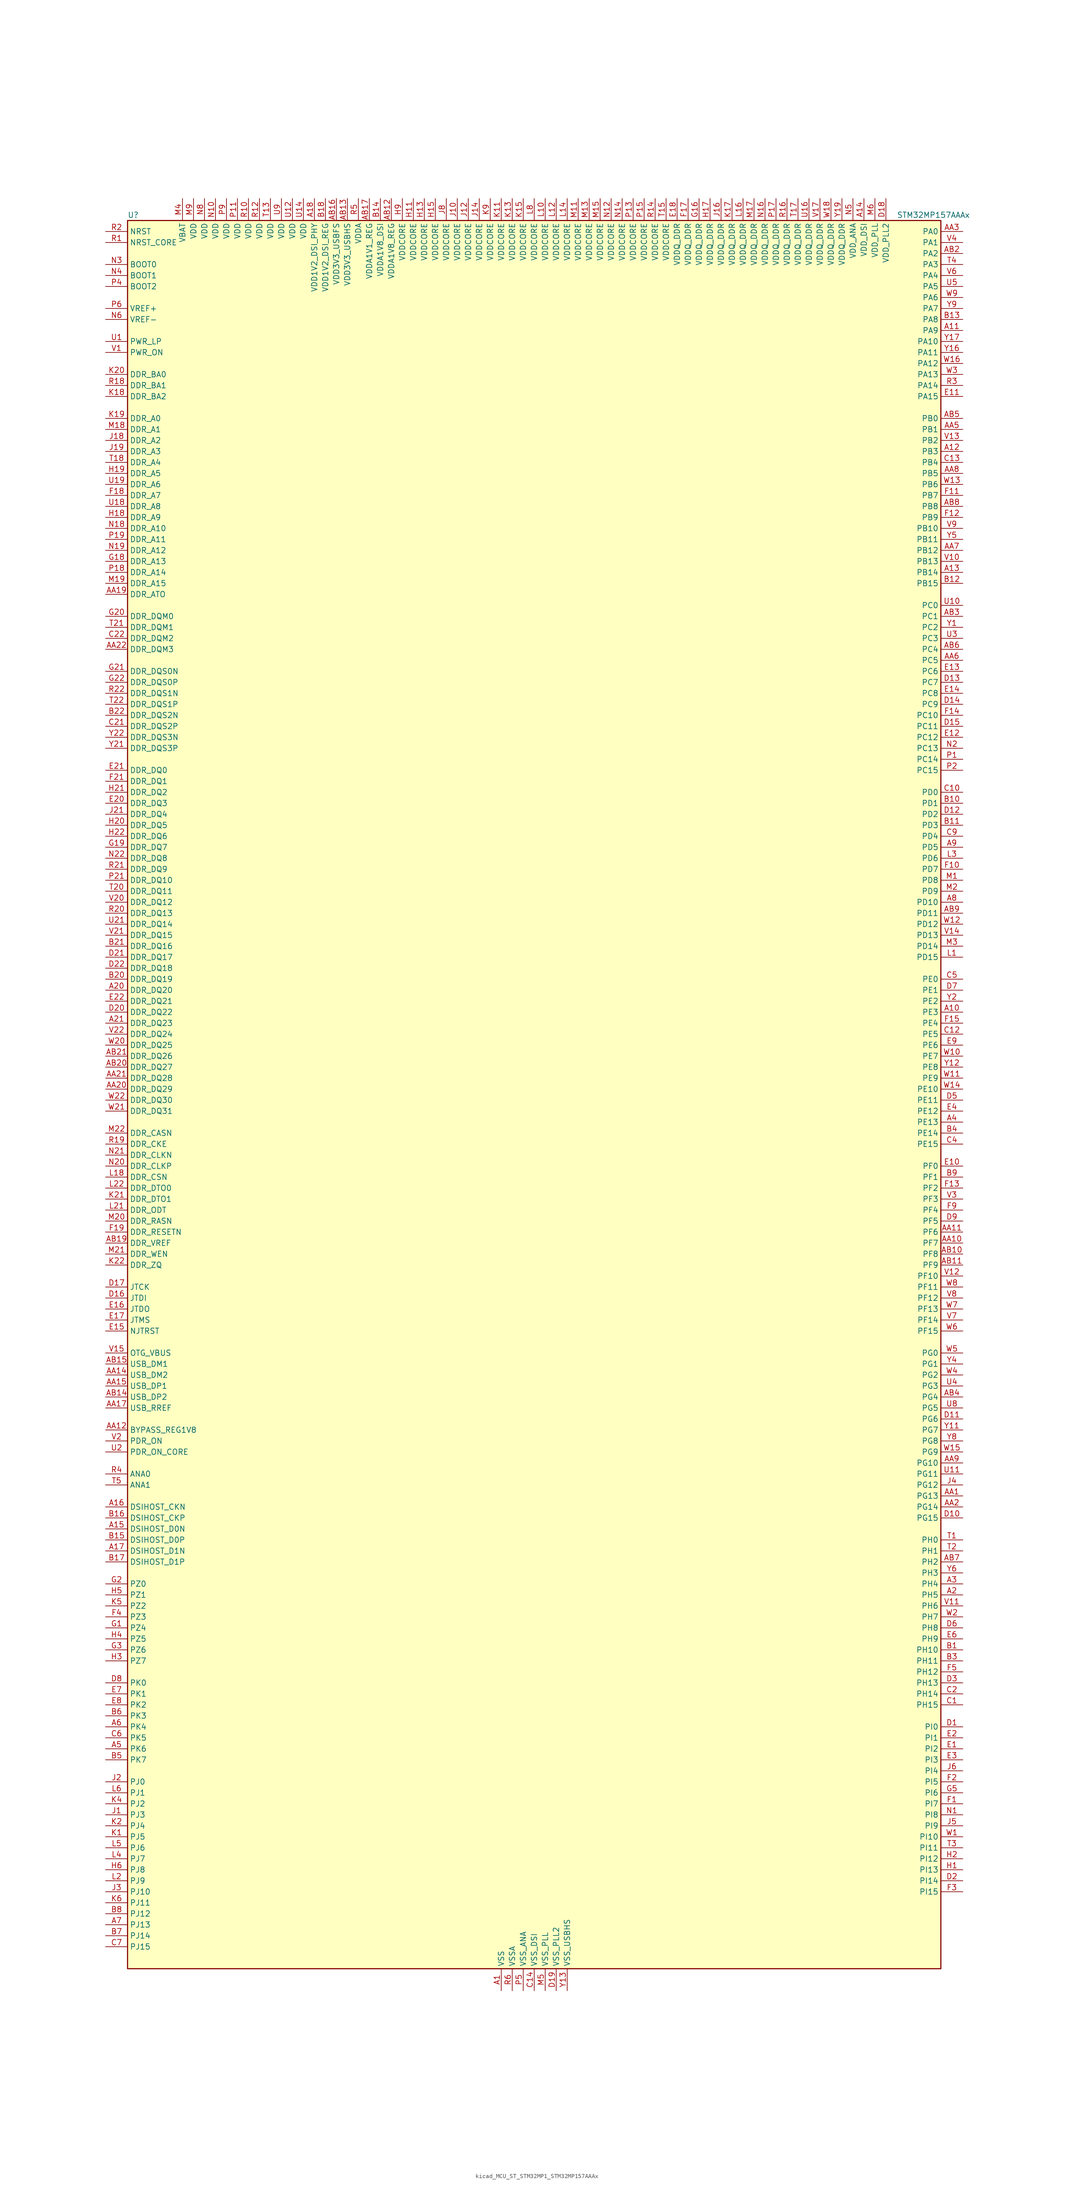
<source format=kicad_sym>
(kicad_symbol_lib
  (version 20220914)
  (generator kicad_symbol_editor)
  (symbol "kicad_MCU_ST_STM32MP1_STM32MP157AAAx"
    (property "Reference" "U"
      (at -93.98 204.47 0)
      (effects (font (size 1.27 1.27)) (justify left)))
    (property "Value" "STM32MP157AAAx"
      (at 83.82 204.47 0)
      (effects (font (size 1.27 1.27)) (justify left)))
    (property "ki_locked" ""
      (at 0 0 0)
      (effects (font (size 1.27 1.27))))
    (symbol "kicad_MCU_ST_STM32MP1_STM32MP157AAAx_0_1"
      (rectangle (start -93.98 -200.66) (end 93.98 203.2) (stroke (width 0.254) (type default)) (fill (type background))))
    (symbol "kicad_MCU_ST_STM32MP1_STM32MP157AAAx_1_1"
      (pin power_in line (at -7.62 -205.74 90) (length 5.08) (name "VSS" (effects (font (size 1.27 1.27)))) (number "A1" (effects (font (size 1.27 1.27)))))
      (pin bidirectional line (at 99.06 20.32 180) (length 5.08) (name "PE3" (effects (font (size 1.27 1.27)))) (number "A10" (effects (font (size 1.27 1.27)))) (alternate "DEBUG_TRACED0" bidirectional line) (alternate "FMC_A19" bidirectional line) (alternate "SAI1_SD_B" bidirectional line) (alternate "SDMMC2_CK" bidirectional line) (alternate "TIM15_BKIN" bidirectional line))
      (pin bidirectional line (at 99.06 177.8 180) (length 5.08) (name "PA9" (effects (font (size 1.27 1.27)))) (number "A11" (effects (font (size 1.27 1.27)))) (alternate "DAC1_EXTI9" bidirectional line) (alternate "DCMI_D0" bidirectional line) (alternate "I2C3_SMBA" bidirectional line) (alternate "I2S2_CK" bidirectional line) (alternate "LTDC_R5" bidirectional line) (alternate "SDMMC2_CDIR" bidirectional line) (alternate "SDMMC2_D5" bidirectional line) (alternate "SPI2_SCK" bidirectional line) (alternate "TIM1_CH2" bidirectional line) (alternate "USART1_TX" bidirectional line))
      (pin bidirectional line (at 99.06 149.86 180) (length 5.08) (name "PB3" (effects (font (size 1.27 1.27)))) (number "A12" (effects (font (size 1.27 1.27)))) (alternate "DEBUG_TRACED9" bidirectional line) (alternate "I2S1_CK" bidirectional line) (alternate "I2S3_CK" bidirectional line) (alternate "SAI4_CK1" bidirectional line) (alternate "SAI4_MCLK_A" bidirectional line) (alternate "SDMMC2_D2" bidirectional line) (alternate "SPI1_SCK" bidirectional line) (alternate "SPI3_SCK" bidirectional line) (alternate "SPI6_SCK" bidirectional line) (alternate "TIM2_CH2" bidirectional line) (alternate "UART7_RX" bidirectional line))
      (pin bidirectional line (at 99.06 121.92 180) (length 5.08) (name "PB14" (effects (font (size 1.27 1.27)))) (number "A13" (effects (font (size 1.27 1.27)))) (alternate "DFSDM1_DATIN2" bidirectional line) (alternate "I2S2_SDI" bidirectional line) (alternate "SDMMC2_D0" bidirectional line) (alternate "SPI2_MISO" bidirectional line) (alternate "TIM12_CH1" bidirectional line) (alternate "TIM1_CH2N" bidirectional line) (alternate "TIM8_CH2N" bidirectional line) (alternate "USART1_TX" bidirectional line) (alternate "USART3_DE" bidirectional line) (alternate "USART3_RTS" bidirectional line))
      (pin power_in line (at 76.2 208.28 270) (length 5.08) (name "VDD_DSI" (effects (font (size 1.27 1.27)))) (number "A14" (effects (font (size 1.27 1.27)))))
      (pin bidirectional line (at -99.06 -99.06 0) (length 5.08) (name "DSIHOST_D0N" (effects (font (size 1.27 1.27)))) (number "A15" (effects (font (size 1.27 1.27)))) (alternate "DSIHOST_D0N" bidirectional line))
      (pin bidirectional line (at -99.06 -93.98 0) (length 5.08) (name "DSIHOST_CKN" (effects (font (size 1.27 1.27)))) (number "A16" (effects (font (size 1.27 1.27)))) (alternate "DSIHOST_CKN" bidirectional line))
      (pin bidirectional line (at -99.06 -104.14 0) (length 5.08) (name "DSIHOST_D1N" (effects (font (size 1.27 1.27)))) (number "A17" (effects (font (size 1.27 1.27)))) (alternate "DSIHOST_D1N" bidirectional line))
      (pin power_in line (at -50.8 208.28 270) (length 5.08) (name "VDD1V2_DSI_PHY" (effects (font (size 1.27 1.27)))) (number "A18" (effects (font (size 1.27 1.27)))))
      (pin passive line (at -7.62 -205.74 90) (length 5.08) hide (name "VSS" (effects (font (size 1.27 1.27)))) (number "A19" (effects (font (size 1.27 1.27)))))
      (pin bidirectional line (at 99.06 -114.3 180) (length 5.08) (name "PH5" (effects (font (size 1.27 1.27)))) (number "A2" (effects (font (size 1.27 1.27)))) (alternate "I2C2_SDA" bidirectional line) (alternate "SAI4_SD_B" bidirectional line) (alternate "SPI5_NSS" bidirectional line))
      (pin bidirectional line (at -99.06 25.4 0) (length 5.08) (name "DDR_DQ20" (effects (font (size 1.27 1.27)))) (number "A20" (effects (font (size 1.27 1.27)))) (alternate "DDR_DQ20" bidirectional line))
      (pin bidirectional line (at -99.06 17.78 0) (length 5.08) (name "DDR_DQ23" (effects (font (size 1.27 1.27)))) (number "A21" (effects (font (size 1.27 1.27)))) (alternate "DDR_DQ23" bidirectional line))
      (pin passive line (at -7.62 -205.74 90) (length 5.08) hide (name "VSS" (effects (font (size 1.27 1.27)))) (number "A22" (effects (font (size 1.27 1.27)))))
      (pin bidirectional line (at 99.06 -111.76 180) (length 5.08) (name "PH4" (effects (font (size 1.27 1.27)))) (number "A3" (effects (font (size 1.27 1.27)))) (alternate "I2C2_SCL" bidirectional line) (alternate "LTDC_G4" bidirectional line) (alternate "LTDC_G5" bidirectional line))
      (pin bidirectional line (at 99.06 -5.08 180) (length 5.08) (name "PE13" (effects (font (size 1.27 1.27)))) (number "A4" (effects (font (size 1.27 1.27)))) (alternate "DCMI_D6" bidirectional line) (alternate "DFSDM1_CKIN5" bidirectional line) (alternate "FMC_D10" bidirectional line) (alternate "FMC_DA10" bidirectional line) (alternate "HDP_HDP2" bidirectional line) (alternate "LTDC_DE" bidirectional line) (alternate "SAI2_FS_B" bidirectional line) (alternate "SPI4_MISO" bidirectional line) (alternate "TIM1_CH3" bidirectional line))
      (pin bidirectional line (at -99.06 -149.86 0) (length 5.08) (name "PK6" (effects (font (size 1.27 1.27)))) (number "A5" (effects (font (size 1.27 1.27)))) (alternate "DEBUG_TRACED7" bidirectional line) (alternate "HDP_HDP7" bidirectional line) (alternate "LTDC_B7" bidirectional line))
      (pin bidirectional line (at -99.06 -144.78 0) (length 5.08) (name "PK4" (effects (font (size 1.27 1.27)))) (number "A6" (effects (font (size 1.27 1.27)))) (alternate "LTDC_B5" bidirectional line))
      (pin bidirectional line (at -99.06 -190.5 0) (length 5.08) (name "PJ13" (effects (font (size 1.27 1.27)))) (number "A7" (effects (font (size 1.27 1.27)))) (alternate "LTDC_B1" bidirectional line) (alternate "LTDC_G4" bidirectional line))
      (pin bidirectional line (at 99.06 45.72 180) (length 5.08) (name "PD10" (effects (font (size 1.27 1.27)))) (number "A8" (effects (font (size 1.27 1.27)))) (alternate "DFSDM1_CKOUT" bidirectional line) (alternate "FMC_D15" bidirectional line) (alternate "FMC_DA15" bidirectional line) (alternate "I2C5_SMBA" bidirectional line) (alternate "I2S3_SDI" bidirectional line) (alternate "LTDC_B3" bidirectional line) (alternate "RTC_REFIN" bidirectional line) (alternate "SAI3_FS_B" bidirectional line) (alternate "SPI3_MISO" bidirectional line) (alternate "TIM16_BKIN" bidirectional line) (alternate "USART3_CK" bidirectional line))
      (pin bidirectional line (at 99.06 58.42 180) (length 5.08) (name "PD5" (effects (font (size 1.27 1.27)))) (number "A9" (effects (font (size 1.27 1.27)))) (alternate "FMC_NWE" bidirectional line) (alternate "SDMMC3_D2" bidirectional line) (alternate "USART2_TX" bidirectional line))
      (pin bidirectional line (at 99.06 -91.44 180) (length 5.08) (name "PG13" (effects (font (size 1.27 1.27)))) (number "AA1" (effects (font (size 1.27 1.27)))) (alternate "DEBUG_TRACED0" bidirectional line) (alternate "ETH1_TXD0" bidirectional line) (alternate "FMC_A24" bidirectional line) (alternate "LPTIM1_OUT" bidirectional line) (alternate "LTDC_R0" bidirectional line) (alternate "SAI1_CK2" bidirectional line) (alternate "SAI1_SCK_A" bidirectional line) (alternate "SAI4_CK1" bidirectional line) (alternate "SAI4_MCLK_A" bidirectional line) (alternate "SPI6_SCK" bidirectional line) (alternate "USART6_CTS" bidirectional line) (alternate "USART6_NSS" bidirectional line))
      (pin bidirectional line (at 99.06 -33.02 180) (length 5.08) (name "PF7" (effects (font (size 1.27 1.27)))) (number "AA10" (effects (font (size 1.27 1.27)))) (alternate "QUADSPI_BK1_IO2" bidirectional line) (alternate "SAI1_MCLK_B" bidirectional line) (alternate "SPI5_SCK" bidirectional line) (alternate "TIM17_CH1" bidirectional line) (alternate "UART7_TX" bidirectional line))
      (pin bidirectional line (at 99.06 -30.48 180) (length 5.08) (name "PF6" (effects (font (size 1.27 1.27)))) (number "AA11" (effects (font (size 1.27 1.27)))) (alternate "QUADSPI_BK1_IO3" bidirectional line) (alternate "SAI1_SD_B" bidirectional line) (alternate "SAI4_SCK_B" bidirectional line) (alternate "SPI5_NSS" bidirectional line) (alternate "TIM16_CH1" bidirectional line) (alternate "UART7_RX" bidirectional line))
      (pin bidirectional line (at -99.06 -76.2 0) (length 5.08) (name "BYPASS_REG1V8" (effects (font (size 1.27 1.27)))) (number "AA12" (effects (font (size 1.27 1.27)))))
      (pin passive line (at 7.62 -205.74 90) (length 5.08) hide (name "VSS_USBHS" (effects (font (size 1.27 1.27)))) (number "AA13" (effects (font (size 1.27 1.27)))))
      (pin bidirectional line (at -99.06 -63.5 0) (length 5.08) (name "USB_DM2" (effects (font (size 1.27 1.27)))) (number "AA14" (effects (font (size 1.27 1.27)))) (alternate "USBH_HS2_DM" bidirectional line) (alternate "USB_OTG_HS_DM" bidirectional line))
      (pin bidirectional line (at -99.06 -66.04 0) (length 5.08) (name "USB_DP1" (effects (font (size 1.27 1.27)))) (number "AA15" (effects (font (size 1.27 1.27)))) (alternate "USBH_HS1_DP" bidirectional line))
      (pin passive line (at 7.62 -205.74 90) (length 5.08) hide (name "VSS_USBHS" (effects (font (size 1.27 1.27)))) (number "AA16" (effects (font (size 1.27 1.27)))))
      (pin bidirectional line (at -99.06 -71.12 0) (length 5.08) (name "USB_RREF" (effects (font (size 1.27 1.27)))) (number "AA17" (effects (font (size 1.27 1.27)))))
      (pin passive line (at -7.62 -205.74 90) (length 5.08) hide (name "VSS" (effects (font (size 1.27 1.27)))) (number "AA18" (effects (font (size 1.27 1.27)))))
      (pin bidirectional line (at -99.06 116.84 0) (length 5.08) (name "DDR_ATO" (effects (font (size 1.27 1.27)))) (number "AA19" (effects (font (size 1.27 1.27)))) (alternate "DDR_ATO" bidirectional line))
      (pin bidirectional line (at 99.06 -93.98 180) (length 5.08) (name "PG14" (effects (font (size 1.27 1.27)))) (number "AA2" (effects (font (size 1.27 1.27)))) (alternate "DEBUG_TRACED1" bidirectional line) (alternate "ETH1_TXD1" bidirectional line) (alternate "FMC_A25" bidirectional line) (alternate "LPTIM1_ETR" bidirectional line) (alternate "LTDC_B0" bidirectional line) (alternate "QUADSPI_BK2_IO3" bidirectional line) (alternate "SAI4_D1" bidirectional line) (alternate "SAI4_SD_A" bidirectional line) (alternate "SPI6_MOSI" bidirectional line) (alternate "USART6_TX" bidirectional line))
      (pin bidirectional line (at -99.06 2.54 0) (length 5.08) (name "DDR_DQ29" (effects (font (size 1.27 1.27)))) (number "AA20" (effects (font (size 1.27 1.27)))) (alternate "DDR_DQ29" bidirectional line))
      (pin bidirectional line (at -99.06 5.08 0) (length 5.08) (name "DDR_DQ28" (effects (font (size 1.27 1.27)))) (number "AA21" (effects (font (size 1.27 1.27)))) (alternate "DDR_DQ28" bidirectional line))
      (pin bidirectional line (at -99.06 104.14 0) (length 5.08) (name "DDR_DQM3" (effects (font (size 1.27 1.27)))) (number "AA22" (effects (font (size 1.27 1.27)))) (alternate "DDR_DQM3" bidirectional line))
      (pin bidirectional line (at 99.06 200.66 180) (length 5.08) (name "PA0" (effects (font (size 1.27 1.27)))) (number "AA3" (effects (font (size 1.27 1.27)))) (alternate "ADC1_INP16" bidirectional line) (alternate "ETH1_CRS" bidirectional line) (alternate "PWR_WKUP1" bidirectional line) (alternate "SAI2_SD_B" bidirectional line) (alternate "SDMMC2_CMD" bidirectional line) (alternate "TIM15_BKIN" bidirectional line) (alternate "TIM2_CH1" bidirectional line) (alternate "TIM2_ETR" bidirectional line) (alternate "TIM5_CH1" bidirectional line) (alternate "TIM8_ETR" bidirectional line) (alternate "UART4_TX" bidirectional line) (alternate "USART2_CTS" bidirectional line) (alternate "USART2_NSS" bidirectional line))
      (pin passive line (at -7.62 -205.74 90) (length 5.08) hide (name "VSS" (effects (font (size 1.27 1.27)))) (number "AA4" (effects (font (size 1.27 1.27)))))
      (pin bidirectional line (at 99.06 154.94 180) (length 5.08) (name "PB1" (effects (font (size 1.27 1.27)))) (number "AA5" (effects (font (size 1.27 1.27)))) (alternate "ADC1_INP5" bidirectional line) (alternate "ADC2_INP5" bidirectional line) (alternate "DFSDM1_DATIN1" bidirectional line) (alternate "ETH1_RXD3" bidirectional line) (alternate "LTDC_G0" bidirectional line) (alternate "LTDC_R6" bidirectional line) (alternate "TIM1_CH3N" bidirectional line) (alternate "TIM3_CH4" bidirectional line) (alternate "TIM8_CH3N" bidirectional line))
      (pin bidirectional line (at 99.06 101.6 180) (length 5.08) (name "PC5" (effects (font (size 1.27 1.27)))) (number "AA6" (effects (font (size 1.27 1.27)))) (alternate "ADC1_INN4" bidirectional line) (alternate "ADC1_INP8" bidirectional line) (alternate "ADC2_INN4" bidirectional line) (alternate "ADC2_INP8" bidirectional line) (alternate "DFSDM1_DATIN2" bidirectional line) (alternate "ETH1_RXD1" bidirectional line) (alternate "SAI1_D3" bidirectional line) (alternate "SAI1_D4" bidirectional line) (alternate "SAI4_D3" bidirectional line) (alternate "SAI4_D4" bidirectional line) (alternate "SPDIFRX_IN3" bidirectional line))
      (pin bidirectional line (at 99.06 127 180) (length 5.08) (name "PB12" (effects (font (size 1.27 1.27)))) (number "AA7" (effects (font (size 1.27 1.27)))) (alternate "DFSDM1_DATIN1" bidirectional line) (alternate "ETH1_TXD0" bidirectional line) (alternate "FDCAN2_RX" bidirectional line) (alternate "I2C2_SMBA" bidirectional line) (alternate "I2C6_SMBA" bidirectional line) (alternate "I2S2_WS" bidirectional line) (alternate "SPI2_NSS" bidirectional line) (alternate "TIM1_BKIN" bidirectional line) (alternate "UART5_RX" bidirectional line) (alternate "USART3_CK" bidirectional line) (alternate "USART3_RX" bidirectional line))
      (pin bidirectional line (at 99.06 144.78 180) (length 5.08) (name "PB5" (effects (font (size 1.27 1.27)))) (number "AA8" (effects (font (size 1.27 1.27)))) (alternate "DCMI_D10" bidirectional line) (alternate "ETH1_CLK" bidirectional line) (alternate "ETH1_PPS_OUT" bidirectional line) (alternate "FDCAN2_RX" bidirectional line) (alternate "I2C1_SMBA" bidirectional line) (alternate "I2C4_SMBA" bidirectional line) (alternate "I2S1_SDO" bidirectional line) (alternate "I2S3_SDO" bidirectional line) (alternate "LTDC_G7" bidirectional line) (alternate "SAI4_D1" bidirectional line) (alternate "SAI4_SD_A" bidirectional line) (alternate "SPI1_MOSI" bidirectional line) (alternate "SPI3_MOSI" bidirectional line) (alternate "SPI6_MOSI" bidirectional line) (alternate "TIM17_BKIN" bidirectional line) (alternate "TIM3_CH2" bidirectional line) (alternate "UART5_RX" bidirectional line))
      (pin bidirectional line (at 99.06 -83.82 180) (length 5.08) (name "PG10" (effects (font (size 1.27 1.27)))) (number "AA9" (effects (font (size 1.27 1.27)))) (alternate "DCMI_D2" bidirectional line) (alternate "DEBUG_TRACED10" bidirectional line) (alternate "FMC_NE3" bidirectional line) (alternate "LTDC_B2" bidirectional line) (alternate "LTDC_G3" bidirectional line) (alternate "QUADSPI_BK2_IO2" bidirectional line) (alternate "SAI2_SD_B" bidirectional line) (alternate "UART8_CTS" bidirectional line))
      (pin passive line (at -7.62 -205.74 90) (length 5.08) hide (name "VSS" (effects (font (size 1.27 1.27)))) (number "AB1" (effects (font (size 1.27 1.27)))))
      (pin bidirectional line (at 99.06 -35.56 180) (length 5.08) (name "PF8" (effects (font (size 1.27 1.27)))) (number "AB10" (effects (font (size 1.27 1.27)))) (alternate "DEBUG_TRACED12" bidirectional line) (alternate "QUADSPI_BK1_IO0" bidirectional line) (alternate "SAI1_SCK_B" bidirectional line) (alternate "SPI5_MISO" bidirectional line) (alternate "TIM13_CH1" bidirectional line) (alternate "TIM16_CH1N" bidirectional line) (alternate "UART7_DE" bidirectional line) (alternate "UART7_RTS" bidirectional line))
      (pin bidirectional line (at 99.06 -38.1 180) (length 5.08) (name "PF9" (effects (font (size 1.27 1.27)))) (number "AB11" (effects (font (size 1.27 1.27)))) (alternate "DAC1_EXTI9" bidirectional line) (alternate "DEBUG_TRACED13" bidirectional line) (alternate "QUADSPI_BK1_IO1" bidirectional line) (alternate "SAI1_FS_B" bidirectional line) (alternate "SPI5_MOSI" bidirectional line) (alternate "TIM14_CH1" bidirectional line) (alternate "TIM17_CH1N" bidirectional line) (alternate "UART7_CTS" bidirectional line))
      (pin power_in line (at -33.02 208.28 270) (length 5.08) (name "VDDA1V8_REG" (effects (font (size 1.27 1.27)))) (number "AB12" (effects (font (size 1.27 1.27)))))
      (pin power_in line (at -43.18 208.28 270) (length 5.08) (name "VDD3V3_USBHS" (effects (font (size 1.27 1.27)))) (number "AB13" (effects (font (size 1.27 1.27)))))
      (pin bidirectional line (at -99.06 -68.58 0) (length 5.08) (name "USB_DP2" (effects (font (size 1.27 1.27)))) (number "AB14" (effects (font (size 1.27 1.27)))) (alternate "USBH_HS2_DP" bidirectional line) (alternate "USB_OTG_HS_DP" bidirectional line))
      (pin bidirectional line (at -99.06 -60.96 0) (length 5.08) (name "USB_DM1" (effects (font (size 1.27 1.27)))) (number "AB15" (effects (font (size 1.27 1.27)))) (alternate "USBH_HS1_DM" bidirectional line))
      (pin power_in line (at -45.72 208.28 270) (length 5.08) (name "VDD3V3_USBFS" (effects (font (size 1.27 1.27)))) (number "AB16" (effects (font (size 1.27 1.27)))))
      (pin power_in line (at -38.1 208.28 270) (length 5.08) (name "VDDA1V1_REG" (effects (font (size 1.27 1.27)))) (number "AB17" (effects (font (size 1.27 1.27)))))
      (pin passive line (at -7.62 -205.74 90) (length 5.08) hide (name "VSS" (effects (font (size 1.27 1.27)))) (number "AB18" (effects (font (size 1.27 1.27)))))
      (pin bidirectional line (at -99.06 -33.02 0) (length 5.08) (name "DDR_VREF" (effects (font (size 1.27 1.27)))) (number "AB19" (effects (font (size 1.27 1.27)))) (alternate "DDR_VREF" bidirectional line))
      (pin bidirectional line (at 99.06 195.58 180) (length 5.08) (name "PA2" (effects (font (size 1.27 1.27)))) (number "AB2" (effects (font (size 1.27 1.27)))) (alternate "ADC1_INP14" bidirectional line) (alternate "ETH1_MDIO" bidirectional line) (alternate "LPTIM4_OUT" bidirectional line) (alternate "LTDC_R1" bidirectional line) (alternate "PWR_WKUP2" bidirectional line) (alternate "SAI2_SCK_B" bidirectional line) (alternate "SDMMC2_D0DIR" bidirectional line) (alternate "TIM15_CH1" bidirectional line) (alternate "TIM2_CH3" bidirectional line) (alternate "TIM5_CH3" bidirectional line) (alternate "USART2_TX" bidirectional line))
      (pin bidirectional line (at -99.06 7.62 0) (length 5.08) (name "DDR_DQ27" (effects (font (size 1.27 1.27)))) (number "AB20" (effects (font (size 1.27 1.27)))) (alternate "DDR_DQ27" bidirectional line))
      (pin bidirectional line (at -99.06 10.16 0) (length 5.08) (name "DDR_DQ26" (effects (font (size 1.27 1.27)))) (number "AB21" (effects (font (size 1.27 1.27)))) (alternate "DDR_DQ26" bidirectional line))
      (pin passive line (at -7.62 -205.74 90) (length 5.08) hide (name "VSS" (effects (font (size 1.27 1.27)))) (number "AB22" (effects (font (size 1.27 1.27)))))
      (pin bidirectional line (at 99.06 111.76 180) (length 5.08) (name "PC1" (effects (font (size 1.27 1.27)))) (number "AB3" (effects (font (size 1.27 1.27)))) (alternate "ADC1_INN10" bidirectional line) (alternate "ADC1_INP11" bidirectional line) (alternate "ADC2_INN10" bidirectional line) (alternate "ADC2_INP11" bidirectional line) (alternate "DEBUG_TRACED0" bidirectional line) (alternate "DFSDM1_CKIN4" bidirectional line) (alternate "DFSDM1_DATIN0" bidirectional line) (alternate "ETH1_MDC" bidirectional line) (alternate "I2S2_SDO" bidirectional line) (alternate "PWR_WKUP6" bidirectional line) (alternate "SAI1_D1" bidirectional line) (alternate "SAI1_SD_A" bidirectional line) (alternate "SDMMC2_CK" bidirectional line) (alternate "SPI2_MOSI" bidirectional line) (alternate "TAMP_IN3" bidirectional line))
      (pin bidirectional line (at 99.06 -68.58 180) (length 5.08) (name "PG4" (effects (font (size 1.27 1.27)))) (number "AB4" (effects (font (size 1.27 1.27)))) (alternate "ETH1_GTX_CLK" bidirectional line) (alternate "FMC_A14" bidirectional line) (alternate "TIM1_BKIN2" bidirectional line))
      (pin bidirectional line (at 99.06 157.48 180) (length 5.08) (name "PB0" (effects (font (size 1.27 1.27)))) (number "AB5" (effects (font (size 1.27 1.27)))) (alternate "ADC1_INN5" bidirectional line) (alternate "ADC1_INP9" bidirectional line) (alternate "ADC2_INN5" bidirectional line) (alternate "ADC2_INP9" bidirectional line) (alternate "DFSDM1_CKOUT" bidirectional line) (alternate "ETH1_RXD2" bidirectional line) (alternate "LTDC_G1" bidirectional line) (alternate "LTDC_R3" bidirectional line) (alternate "TIM1_CH2N" bidirectional line) (alternate "TIM3_CH3" bidirectional line) (alternate "TIM8_CH2N" bidirectional line) (alternate "UART4_CTS" bidirectional line))
      (pin bidirectional line (at 99.06 104.14 180) (length 5.08) (name "PC4" (effects (font (size 1.27 1.27)))) (number "AB6" (effects (font (size 1.27 1.27)))) (alternate "ADC1_INP4" bidirectional line) (alternate "ADC2_INP4" bidirectional line) (alternate "DFSDM1_CKIN2" bidirectional line) (alternate "ETH1_RXD0" bidirectional line) (alternate "I2S1_MCK" bidirectional line) (alternate "SPDIFRX_IN2" bidirectional line))
      (pin bidirectional line (at 99.06 -106.68 180) (length 5.08) (name "PH2" (effects (font (size 1.27 1.27)))) (number "AB7" (effects (font (size 1.27 1.27)))) (alternate "ETH1_CRS" bidirectional line) (alternate "LPTIM1_IN2" bidirectional line) (alternate "LTDC_R0" bidirectional line) (alternate "QUADSPI_BK2_IO0" bidirectional line) (alternate "SAI2_SCK_B" bidirectional line))
      (pin bidirectional line (at 99.06 137.16 180) (length 5.08) (name "PB8" (effects (font (size 1.27 1.27)))) (number "AB8" (effects (font (size 1.27 1.27)))) (alternate "DCMI_D6" bidirectional line) (alternate "DFSDM1_CKIN7" bidirectional line) (alternate "ETH1_TXD3" bidirectional line) (alternate "FDCAN1_RX" bidirectional line) (alternate "HDP_HDP6" bidirectional line) (alternate "I2C1_SCL" bidirectional line) (alternate "I2C4_SCL" bidirectional line) (alternate "LTDC_B6" bidirectional line) (alternate "SDMMC1_CKIN" bidirectional line) (alternate "SDMMC1_D4" bidirectional line) (alternate "SDMMC2_CKIN" bidirectional line) (alternate "SDMMC2_D4" bidirectional line) (alternate "TIM16_CH1" bidirectional line) (alternate "TIM4_CH3" bidirectional line) (alternate "UART4_RX" bidirectional line))
      (pin bidirectional line (at 99.06 43.18 180) (length 5.08) (name "PD11" (effects (font (size 1.27 1.27)))) (number "AB9" (effects (font (size 1.27 1.27)))) (alternate "ADC1_EXTI11" bidirectional line) (alternate "ADC2_EXTI11" bidirectional line) (alternate "FMC_A16" bidirectional line) (alternate "FMC_CLE" bidirectional line) (alternate "I2C1_SMBA" bidirectional line) (alternate "I2C4_SMBA" bidirectional line) (alternate "LPTIM2_IN2" bidirectional line) (alternate "QUADSPI_BK1_IO0" bidirectional line) (alternate "SAI2_SD_A" bidirectional line) (alternate "USART3_CTS" bidirectional line) (alternate "USART3_NSS" bidirectional line))
      (pin bidirectional line (at 99.06 -127 180) (length 5.08) (name "PH10" (effects (font (size 1.27 1.27)))) (number "B1" (effects (font (size 1.27 1.27)))) (alternate "DCMI_D1" bidirectional line) (alternate "I2C1_SMBA" bidirectional line) (alternate "I2C4_SMBA" bidirectional line) (alternate "LTDC_R4" bidirectional line) (alternate "TIM5_CH1" bidirectional line))
      (pin bidirectional line (at 99.06 68.58 180) (length 5.08) (name "PD1" (effects (font (size 1.27 1.27)))) (number "B10" (effects (font (size 1.27 1.27)))) (alternate "DFSDM1_CKIN7" bidirectional line) (alternate "DFSDM1_DATIN6" bidirectional line) (alternate "FDCAN1_TX" bidirectional line) (alternate "FMC_D3" bidirectional line) (alternate "FMC_DA3" bidirectional line) (alternate "I2C5_SCL" bidirectional line) (alternate "I2C6_SCL" bidirectional line) (alternate "SAI3_SD_A" bidirectional line) (alternate "SDMMC3_D0" bidirectional line) (alternate "UART4_TX" bidirectional line))
      (pin bidirectional line (at 99.06 63.5 180) (length 5.08) (name "PD3" (effects (font (size 1.27 1.27)))) (number "B11" (effects (font (size 1.27 1.27)))) (alternate "DCMI_D5" bidirectional line) (alternate "DFSDM1_CKOUT" bidirectional line) (alternate "DFSDM1_DATIN0" bidirectional line) (alternate "FMC_CLK" bidirectional line) (alternate "HDP_HDP5" bidirectional line) (alternate "I2S2_CK" bidirectional line) (alternate "LTDC_G7" bidirectional line) (alternate "SDMMC1_D123DIR" bidirectional line) (alternate "SDMMC1_D7" bidirectional line) (alternate "SDMMC2_D123DIR" bidirectional line) (alternate "SDMMC2_D7" bidirectional line) (alternate "SPI2_SCK" bidirectional line) (alternate "USART2_CTS" bidirectional line) (alternate "USART2_NSS" bidirectional line))
      (pin bidirectional line (at 99.06 119.38 180) (length 5.08) (name "PB15" (effects (font (size 1.27 1.27)))) (number "B12" (effects (font (size 1.27 1.27)))) (alternate "ADC1_EXTI15" bidirectional line) (alternate "ADC2_EXTI15" bidirectional line) (alternate "DFSDM1_CKIN2" bidirectional line) (alternate "I2S2_SDO" bidirectional line) (alternate "RTC_REFIN" bidirectional line) (alternate "SDMMC2_D1" bidirectional line) (alternate "SPI2_MOSI" bidirectional line) (alternate "TIM12_CH2" bidirectional line) (alternate "TIM1_CH3N" bidirectional line) (alternate "TIM8_CH3N" bidirectional line) (alternate "USART1_RX" bidirectional line))
      (pin bidirectional line (at 99.06 180.34 180) (length 5.08) (name "PA8" (effects (font (size 1.27 1.27)))) (number "B13" (effects (font (size 1.27 1.27)))) (alternate "I2C3_SCL" bidirectional line) (alternate "I2S3_SDO" bidirectional line) (alternate "LTDC_R6" bidirectional line) (alternate "RCC_MCO_1" bidirectional line) (alternate "SAI4_SD_B" bidirectional line) (alternate "SDMMC2_CKIN" bidirectional line) (alternate "SDMMC2_D4" bidirectional line) (alternate "SPI3_MOSI" bidirectional line) (alternate "TIM1_CH1" bidirectional line) (alternate "TIM8_BKIN2" bidirectional line) (alternate "UART7_RX" bidirectional line) (alternate "USART1_CK" bidirectional line) (alternate "USB_OTG_HS_SOF" bidirectional line))
      (pin power_in line (at -35.56 208.28 270) (length 5.08) (name "VDDA1V8_DSI" (effects (font (size 1.27 1.27)))) (number "B14" (effects (font (size 1.27 1.27)))))
      (pin bidirectional line (at -99.06 -101.6 0) (length 5.08) (name "DSIHOST_D0P" (effects (font (size 1.27 1.27)))) (number "B15" (effects (font (size 1.27 1.27)))) (alternate "DSIHOST_D0P" bidirectional line))
      (pin bidirectional line (at -99.06 -96.52 0) (length 5.08) (name "DSIHOST_CKP" (effects (font (size 1.27 1.27)))) (number "B16" (effects (font (size 1.27 1.27)))) (alternate "DSIHOST_CKP" bidirectional line))
      (pin bidirectional line (at -99.06 -106.68 0) (length 5.08) (name "DSIHOST_D1P" (effects (font (size 1.27 1.27)))) (number "B17" (effects (font (size 1.27 1.27)))) (alternate "DSIHOST_D1P" bidirectional line))
      (pin power_in line (at -48.26 208.28 270) (length 5.08) (name "VDD1V2_DSI_REG" (effects (font (size 1.27 1.27)))) (number "B18" (effects (font (size 1.27 1.27)))))
      (pin passive line (at -7.62 -205.74 90) (length 5.08) hide (name "VSS" (effects (font (size 1.27 1.27)))) (number "B19" (effects (font (size 1.27 1.27)))))
      (pin passive line (at -7.62 -205.74 90) (length 5.08) hide (name "VSS" (effects (font (size 1.27 1.27)))) (number "B2" (effects (font (size 1.27 1.27)))))
      (pin bidirectional line (at -99.06 27.94 0) (length 5.08) (name "DDR_DQ19" (effects (font (size 1.27 1.27)))) (number "B20" (effects (font (size 1.27 1.27)))) (alternate "DDR_DQ19" bidirectional line))
      (pin bidirectional line (at -99.06 35.56 0) (length 5.08) (name "DDR_DQ16" (effects (font (size 1.27 1.27)))) (number "B21" (effects (font (size 1.27 1.27)))) (alternate "DDR_DQ16" bidirectional line))
      (pin bidirectional line (at -99.06 88.9 0) (length 5.08) (name "DDR_DQS2N" (effects (font (size 1.27 1.27)))) (number "B22" (effects (font (size 1.27 1.27)))) (alternate "DDR_DQS2N" bidirectional line))
      (pin bidirectional line (at 99.06 -129.54 180) (length 5.08) (name "PH11" (effects (font (size 1.27 1.27)))) (number "B3" (effects (font (size 1.27 1.27)))) (alternate "ADC1_EXTI11" bidirectional line) (alternate "ADC2_EXTI11" bidirectional line) (alternate "DCMI_D2" bidirectional line) (alternate "I2C1_SCL" bidirectional line) (alternate "I2C4_SCL" bidirectional line) (alternate "LTDC_R5" bidirectional line) (alternate "TIM5_CH2" bidirectional line))
      (pin bidirectional line (at 99.06 -7.62 180) (length 5.08) (name "PE14" (effects (font (size 1.27 1.27)))) (number "B4" (effects (font (size 1.27 1.27)))) (alternate "FMC_D11" bidirectional line) (alternate "FMC_DA11" bidirectional line) (alternate "LTDC_CLK" bidirectional line) (alternate "LTDC_G0" bidirectional line) (alternate "SAI2_MCLK_B" bidirectional line) (alternate "SDMMC1_D123DIR" bidirectional line) (alternate "SPI4_MOSI" bidirectional line) (alternate "TIM1_CH4" bidirectional line) (alternate "UART8_DE" bidirectional line) (alternate "UART8_RTS" bidirectional line))
      (pin bidirectional line (at -99.06 -152.4 0) (length 5.08) (name "PK7" (effects (font (size 1.27 1.27)))) (number "B5" (effects (font (size 1.27 1.27)))) (alternate "LTDC_DE" bidirectional line))
      (pin bidirectional line (at -99.06 -142.24 0) (length 5.08) (name "PK3" (effects (font (size 1.27 1.27)))) (number "B6" (effects (font (size 1.27 1.27)))) (alternate "LTDC_B4" bidirectional line))
      (pin bidirectional line (at -99.06 -193.04 0) (length 5.08) (name "PJ14" (effects (font (size 1.27 1.27)))) (number "B7" (effects (font (size 1.27 1.27)))) (alternate "LTDC_B2" bidirectional line))
      (pin bidirectional line (at -99.06 -187.96 0) (length 5.08) (name "PJ12" (effects (font (size 1.27 1.27)))) (number "B8" (effects (font (size 1.27 1.27)))) (alternate "LTDC_B0" bidirectional line) (alternate "LTDC_G3" bidirectional line))
      (pin bidirectional line (at 99.06 -17.78 180) (length 5.08) (name "PF1" (effects (font (size 1.27 1.27)))) (number "B9" (effects (font (size 1.27 1.27)))) (alternate "FMC_A1" bidirectional line) (alternate "I2C2_SCL" bidirectional line) (alternate "SDMMC3_CDIR" bidirectional line) (alternate "SDMMC3_CMD" bidirectional line))
      (pin bidirectional line (at 99.06 -139.7 180) (length 5.08) (name "PH15" (effects (font (size 1.27 1.27)))) (number "C1" (effects (font (size 1.27 1.27)))) (alternate "ADC1_EXTI15" bidirectional line) (alternate "ADC2_EXTI15" bidirectional line) (alternate "DCMI_D11" bidirectional line) (alternate "LTDC_G4" bidirectional line) (alternate "TIM8_CH3N" bidirectional line))
      (pin bidirectional line (at 99.06 71.12 180) (length 5.08) (name "PD0" (effects (font (size 1.27 1.27)))) (number "C10" (effects (font (size 1.27 1.27)))) (alternate "DFSDM1_CKIN6" bidirectional line) (alternate "DFSDM1_DATIN7" bidirectional line) (alternate "FDCAN1_RX" bidirectional line) (alternate "FMC_D2" bidirectional line) (alternate "FMC_DA2" bidirectional line) (alternate "I2C5_SDA" bidirectional line) (alternate "I2C6_SDA" bidirectional line) (alternate "SAI3_SCK_A" bidirectional line) (alternate "SDMMC3_CMD" bidirectional line) (alternate "UART4_RX" bidirectional line))
      (pin passive line (at -7.62 -205.74 90) (length 5.08) hide (name "VSS" (effects (font (size 1.27 1.27)))) (number "C11" (effects (font (size 1.27 1.27)))))
      (pin bidirectional line (at 99.06 15.24 180) (length 5.08) (name "PE5" (effects (font (size 1.27 1.27)))) (number "C12" (effects (font (size 1.27 1.27)))) (alternate "DCMI_D6" bidirectional line) (alternate "DEBUG_TRACED3" bidirectional line) (alternate "DFSDM1_CKIN3" bidirectional line) (alternate "FMC_A21" bidirectional line) (alternate "LTDC_G0" bidirectional line) (alternate "SAI1_CK2" bidirectional line) (alternate "SAI1_SCK_A" bidirectional line) (alternate "SDMMC1_D0DIR" bidirectional line) (alternate "SDMMC1_D6" bidirectional line) (alternate "SDMMC2_D0DIR" bidirectional line) (alternate "SDMMC2_D6" bidirectional line) (alternate "SPI4_MISO" bidirectional line) (alternate "TIM15_CH1" bidirectional line))
      (pin bidirectional line (at 99.06 147.32 180) (length 5.08) (name "PB4" (effects (font (size 1.27 1.27)))) (number "C13" (effects (font (size 1.27 1.27)))) (alternate "DEBUG_TRACED8" bidirectional line) (alternate "I2S1_SDI" bidirectional line) (alternate "I2S2_WS" bidirectional line) (alternate "I2S3_SDI" bidirectional line) (alternate "SAI4_CK2" bidirectional line) (alternate "SAI4_SCK_A" bidirectional line) (alternate "SDMMC2_D3" bidirectional line) (alternate "SPI1_MISO" bidirectional line) (alternate "SPI2_NSS" bidirectional line) (alternate "SPI3_MISO" bidirectional line) (alternate "SPI6_MISO" bidirectional line) (alternate "TIM16_BKIN" bidirectional line) (alternate "TIM3_CH1" bidirectional line) (alternate "UART7_TX" bidirectional line))
      (pin power_in line (at 0 -205.74 90) (length 5.08) (name "VSS_DSI" (effects (font (size 1.27 1.27)))) (number "C14" (effects (font (size 1.27 1.27)))))
      (pin passive line (at 0 -205.74 90) (length 5.08) hide (name "VSS_DSI" (effects (font (size 1.27 1.27)))) (number "C15" (effects (font (size 1.27 1.27)))))
      (pin passive line (at 0 -205.74 90) (length 5.08) hide (name "VSS_DSI" (effects (font (size 1.27 1.27)))) (number "C16" (effects (font (size 1.27 1.27)))))
      (pin passive line (at 0 -205.74 90) (length 5.08) hide (name "VSS_DSI" (effects (font (size 1.27 1.27)))) (number "C17" (effects (font (size 1.27 1.27)))))
      (pin passive line (at 0 -205.74 90) (length 5.08) hide (name "VSS_DSI" (effects (font (size 1.27 1.27)))) (number "C18" (effects (font (size 1.27 1.27)))))
      (pin passive line (at -7.62 -205.74 90) (length 5.08) hide (name "VSS" (effects (font (size 1.27 1.27)))) (number "C19" (effects (font (size 1.27 1.27)))))
      (pin bidirectional line (at 99.06 -137.16 180) (length 5.08) (name "PH14" (effects (font (size 1.27 1.27)))) (number "C2" (effects (font (size 1.27 1.27)))) (alternate "DCMI_D4" bidirectional line) (alternate "FDCAN1_RX" bidirectional line) (alternate "LTDC_G3" bidirectional line) (alternate "TIM8_CH2N" bidirectional line) (alternate "UART4_RX" bidirectional line))
      (pin passive line (at -7.62 -205.74 90) (length 5.08) hide (name "VSS" (effects (font (size 1.27 1.27)))) (number "C20" (effects (font (size 1.27 1.27)))))
      (pin bidirectional line (at -99.06 86.36 0) (length 5.08) (name "DDR_DQS2P" (effects (font (size 1.27 1.27)))) (number "C21" (effects (font (size 1.27 1.27)))) (alternate "DDR_DQS2P" bidirectional line))
      (pin bidirectional line (at -99.06 106.68 0) (length 5.08) (name "DDR_DQM2" (effects (font (size 1.27 1.27)))) (number "C22" (effects (font (size 1.27 1.27)))) (alternate "DDR_DQM2" bidirectional line))
      (pin passive line (at -7.62 -205.74 90) (length 5.08) hide (name "VSS" (effects (font (size 1.27 1.27)))) (number "C3" (effects (font (size 1.27 1.27)))))
      (pin bidirectional line (at 99.06 -10.16 180) (length 5.08) (name "PE15" (effects (font (size 1.27 1.27)))) (number "C4" (effects (font (size 1.27 1.27)))) (alternate "ADC1_EXTI15" bidirectional line) (alternate "ADC2_EXTI15" bidirectional line) (alternate "FMC_D12" bidirectional line) (alternate "FMC_DA12" bidirectional line) (alternate "FMC_NCE2" bidirectional line) (alternate "HDP_HDP3" bidirectional line) (alternate "LTDC_R7" bidirectional line) (alternate "TIM15_BKIN" bidirectional line) (alternate "TIM1_BKIN" bidirectional line) (alternate "UART8_CTS" bidirectional line) (alternate "USART2_CTS" bidirectional line) (alternate "USART2_NSS" bidirectional line))
      (pin bidirectional line (at 99.06 27.94 180) (length 5.08) (name "PE0" (effects (font (size 1.27 1.27)))) (number "C5" (effects (font (size 1.27 1.27)))) (alternate "DCMI_D2" bidirectional line) (alternate "FMC_NBL0" bidirectional line) (alternate "I2S3_CK" bidirectional line) (alternate "LPTIM1_ETR" bidirectional line) (alternate "LPTIM2_ETR" bidirectional line) (alternate "SAI2_MCLK_A" bidirectional line) (alternate "SAI4_MCLK_B" bidirectional line) (alternate "SPI3_SCK" bidirectional line) (alternate "TIM4_ETR" bidirectional line) (alternate "UART8_RX" bidirectional line))
      (pin bidirectional line (at -99.06 -147.32 0) (length 5.08) (name "PK5" (effects (font (size 1.27 1.27)))) (number "C6" (effects (font (size 1.27 1.27)))) (alternate "DEBUG_TRACED6" bidirectional line) (alternate "HDP_HDP6" bidirectional line) (alternate "LTDC_B6" bidirectional line))
      (pin bidirectional line (at -99.06 -195.58 0) (length 5.08) (name "PJ15" (effects (font (size 1.27 1.27)))) (number "C7" (effects (font (size 1.27 1.27)))) (alternate "ADC1_EXTI15" bidirectional line) (alternate "ADC2_EXTI15" bidirectional line) (alternate "LTDC_B3" bidirectional line))
      (pin passive line (at -7.62 -205.74 90) (length 5.08) hide (name "VSS" (effects (font (size 1.27 1.27)))) (number "C8" (effects (font (size 1.27 1.27)))))
      (pin bidirectional line (at 99.06 60.96 180) (length 5.08) (name "PD4" (effects (font (size 1.27 1.27)))) (number "C9" (effects (font (size 1.27 1.27)))) (alternate "DFSDM1_CKIN0" bidirectional line) (alternate "FMC_NOE" bidirectional line) (alternate "SAI3_FS_A" bidirectional line) (alternate "SDMMC3_D1" bidirectional line) (alternate "USART2_DE" bidirectional line) (alternate "USART2_RTS" bidirectional line))
      (pin bidirectional line (at 99.06 -144.78 180) (length 5.08) (name "PI0" (effects (font (size 1.27 1.27)))) (number "D1" (effects (font (size 1.27 1.27)))) (alternate "DCMI_D13" bidirectional line) (alternate "I2S2_WS" bidirectional line) (alternate "LTDC_G5" bidirectional line) (alternate "SPI2_NSS" bidirectional line) (alternate "TIM5_CH4" bidirectional line))
      (pin bidirectional line (at 99.06 -96.52 180) (length 5.08) (name "PG15" (effects (font (size 1.27 1.27)))) (number "D10" (effects (font (size 1.27 1.27)))) (alternate "ADC1_EXTI15" bidirectional line) (alternate "ADC2_EXTI15" bidirectional line) (alternate "DCMI_D13" bidirectional line) (alternate "DEBUG_TRACED7" bidirectional line) (alternate "I2C2_SDA" bidirectional line) (alternate "SAI1_D2" bidirectional line) (alternate "SAI1_FS_A" bidirectional line) (alternate "SDMMC3_CK" bidirectional line) (alternate "USART6_CTS" bidirectional line) (alternate "USART6_NSS" bidirectional line))
      (pin bidirectional line (at 99.06 -73.66 180) (length 5.08) (name "PG6" (effects (font (size 1.27 1.27)))) (number "D11" (effects (font (size 1.27 1.27)))) (alternate "DCMI_D12" bidirectional line) (alternate "DEBUG_TRACED14" bidirectional line) (alternate "LTDC_R7" bidirectional line) (alternate "SDMMC2_CMD" bidirectional line) (alternate "TIM17_BKIN" bidirectional line))
      (pin bidirectional line (at 99.06 66.04 180) (length 5.08) (name "PD2" (effects (font (size 1.27 1.27)))) (number "D12" (effects (font (size 1.27 1.27)))) (alternate "DCMI_D11" bidirectional line) (alternate "I2C5_SMBA" bidirectional line) (alternate "SDMMC1_CMD" bidirectional line) (alternate "TIM3_ETR" bidirectional line) (alternate "UART4_RX" bidirectional line) (alternate "UART5_RX" bidirectional line))
      (pin bidirectional line (at 99.06 96.52 180) (length 5.08) (name "PC7" (effects (font (size 1.27 1.27)))) (number "D13" (effects (font (size 1.27 1.27)))) (alternate "DCMI_D1" bidirectional line) (alternate "DFSDM1_DATIN3" bidirectional line) (alternate "HDP_HDP4" bidirectional line) (alternate "I2S3_MCK" bidirectional line) (alternate "LTDC_G6" bidirectional line) (alternate "SDMMC1_D123DIR" bidirectional line) (alternate "SDMMC1_D7" bidirectional line) (alternate "SDMMC2_D123DIR" bidirectional line) (alternate "SDMMC2_D7" bidirectional line) (alternate "TIM3_CH2" bidirectional line) (alternate "TIM8_CH2" bidirectional line) (alternate "USART6_RX" bidirectional line))
      (pin bidirectional line (at 99.06 91.44 180) (length 5.08) (name "PC9" (effects (font (size 1.27 1.27)))) (number "D14" (effects (font (size 1.27 1.27)))) (alternate "DAC1_EXTI9" bidirectional line) (alternate "DCMI_D3" bidirectional line) (alternate "DEBUG_TRACED1" bidirectional line) (alternate "I2C3_SDA" bidirectional line) (alternate "I2S_CKIN" bidirectional line) (alternate "LTDC_B2" bidirectional line) (alternate "QUADSPI_BK1_IO0" bidirectional line) (alternate "SDMMC1_D1" bidirectional line) (alternate "TIM3_CH4" bidirectional line) (alternate "TIM8_CH4" bidirectional line) (alternate "UART5_CTS" bidirectional line))
      (pin bidirectional line (at 99.06 86.36 180) (length 5.08) (name "PC11" (effects (font (size 1.27 1.27)))) (number "D15" (effects (font (size 1.27 1.27)))) (alternate "ADC1_EXTI11" bidirectional line) (alternate "ADC2_EXTI11" bidirectional line) (alternate "DCMI_D4" bidirectional line) (alternate "DEBUG_TRACED3" bidirectional line) (alternate "DFSDM1_DATIN5" bidirectional line) (alternate "I2S3_SDI" bidirectional line) (alternate "QUADSPI_BK2_NCS" bidirectional line) (alternate "SAI4_SCK_B" bidirectional line) (alternate "SDMMC1_D3" bidirectional line) (alternate "SPI3_MISO" bidirectional line) (alternate "UART4_RX" bidirectional line) (alternate "USART3_RX" bidirectional line))
      (pin bidirectional line (at -99.06 -45.72 0) (length 5.08) (name "JTDI" (effects (font (size 1.27 1.27)))) (number "D16" (effects (font (size 1.27 1.27)))) (alternate "DEBUG_JTDI" bidirectional line))
      (pin bidirectional line (at -99.06 -43.18 0) (length 5.08) (name "JTCK" (effects (font (size 1.27 1.27)))) (number "D17" (effects (font (size 1.27 1.27)))) (alternate "DEBUG_JTCK-SWCLK" bidirectional line))
      (pin power_in line (at 81.28 208.28 270) (length 5.08) (name "VDD_PLL2" (effects (font (size 1.27 1.27)))) (number "D18" (effects (font (size 1.27 1.27)))))
      (pin power_in line (at 5.08 -205.74 90) (length 5.08) (name "VSS_PLL2" (effects (font (size 1.27 1.27)))) (number "D19" (effects (font (size 1.27 1.27)))))
      (pin bidirectional line (at 99.06 -180.34 180) (length 5.08) (name "PI14" (effects (font (size 1.27 1.27)))) (number "D2" (effects (font (size 1.27 1.27)))) (alternate "DEBUG_TRACECLK" bidirectional line) (alternate "LTDC_CLK" bidirectional line))
      (pin bidirectional line (at -99.06 20.32 0) (length 5.08) (name "DDR_DQ22" (effects (font (size 1.27 1.27)))) (number "D20" (effects (font (size 1.27 1.27)))) (alternate "DDR_DQ22" bidirectional line))
      (pin bidirectional line (at -99.06 33.02 0) (length 5.08) (name "DDR_DQ17" (effects (font (size 1.27 1.27)))) (number "D21" (effects (font (size 1.27 1.27)))) (alternate "DDR_DQ17" bidirectional line))
      (pin bidirectional line (at -99.06 30.48 0) (length 5.08) (name "DDR_DQ18" (effects (font (size 1.27 1.27)))) (number "D22" (effects (font (size 1.27 1.27)))) (alternate "DDR_DQ18" bidirectional line))
      (pin bidirectional line (at 99.06 -134.62 180) (length 5.08) (name "PH13" (effects (font (size 1.27 1.27)))) (number "D3" (effects (font (size 1.27 1.27)))) (alternate "FDCAN1_TX" bidirectional line) (alternate "LTDC_G2" bidirectional line) (alternate "TIM8_CH1N" bidirectional line) (alternate "UART4_TX" bidirectional line))
      (pin passive line (at -7.62 -205.74 90) (length 5.08) hide (name "VSS" (effects (font (size 1.27 1.27)))) (number "D4" (effects (font (size 1.27 1.27)))))
      (pin bidirectional line (at 99.06 0 180) (length 5.08) (name "PE11" (effects (font (size 1.27 1.27)))) (number "D5" (effects (font (size 1.27 1.27)))) (alternate "ADC1_EXTI11" bidirectional line) (alternate "ADC2_EXTI11" bidirectional line) (alternate "DCMI_D4" bidirectional line) (alternate "DFSDM1_CKIN4" bidirectional line) (alternate "FMC_D8" bidirectional line) (alternate "FMC_DA8" bidirectional line) (alternate "LTDC_G3" bidirectional line) (alternate "SAI2_SD_B" bidirectional line) (alternate "SPI4_NSS" bidirectional line) (alternate "TIM1_CH2" bidirectional line) (alternate "USART6_CK" bidirectional line))
      (pin bidirectional line (at 99.06 -121.92 180) (length 5.08) (name "PH8" (effects (font (size 1.27 1.27)))) (number "D6" (effects (font (size 1.27 1.27)))) (alternate "DCMI_HSYNC" bidirectional line) (alternate "I2C3_SDA" bidirectional line) (alternate "LTDC_R2" bidirectional line) (alternate "TIM5_ETR" bidirectional line))
      (pin bidirectional line (at 99.06 25.4 180) (length 5.08) (name "PE1" (effects (font (size 1.27 1.27)))) (number "D7" (effects (font (size 1.27 1.27)))) (alternate "DCMI_D3" bidirectional line) (alternate "FMC_NBL1" bidirectional line) (alternate "I2S2_MCK" bidirectional line) (alternate "LPTIM1_IN2" bidirectional line) (alternate "SAI3_SD_B" bidirectional line) (alternate "UART8_TX" bidirectional line))
      (pin bidirectional line (at -99.06 -134.62 0) (length 5.08) (name "PK0" (effects (font (size 1.27 1.27)))) (number "D8" (effects (font (size 1.27 1.27)))) (alternate "LTDC_G5" bidirectional line) (alternate "SPI5_SCK" bidirectional line) (alternate "TIM1_CH1N" bidirectional line) (alternate "TIM8_CH3" bidirectional line))
      (pin bidirectional line (at 99.06 -27.94 180) (length 5.08) (name "PF5" (effects (font (size 1.27 1.27)))) (number "D9" (effects (font (size 1.27 1.27)))) (alternate "FMC_A5" bidirectional line) (alternate "SDMMC3_D2" bidirectional line) (alternate "USART2_TX" bidirectional line))
      (pin bidirectional line (at 99.06 -149.86 180) (length 5.08) (name "PI2" (effects (font (size 1.27 1.27)))) (number "E1" (effects (font (size 1.27 1.27)))) (alternate "DCMI_D9" bidirectional line) (alternate "I2S2_SDI" bidirectional line) (alternate "LTDC_G7" bidirectional line) (alternate "SPI2_MISO" bidirectional line) (alternate "TIM8_CH4" bidirectional line))
      (pin bidirectional line (at 99.06 -15.24 180) (length 5.08) (name "PF0" (effects (font (size 1.27 1.27)))) (number "E10" (effects (font (size 1.27 1.27)))) (alternate "FMC_A0" bidirectional line) (alternate "I2C2_SDA" bidirectional line) (alternate "SDMMC3_CKIN" bidirectional line) (alternate "SDMMC3_D0" bidirectional line))
      (pin bidirectional line (at 99.06 162.56 180) (length 5.08) (name "PA15" (effects (font (size 1.27 1.27)))) (number "E11" (effects (font (size 1.27 1.27)))) (alternate "ADC1_EXTI15" bidirectional line) (alternate "ADC2_EXTI15" bidirectional line) (alternate "CEC" bidirectional line) (alternate "DEBUG_DBTRGI" bidirectional line) (alternate "I2S1_WS" bidirectional line) (alternate "I2S3_WS" bidirectional line) (alternate "LTDC_R1" bidirectional line) (alternate "SAI4_D2" bidirectional line) (alternate "SAI4_FS_A" bidirectional line) (alternate "SDMMC1_CDIR" bidirectional line) (alternate "SDMMC1_D5" bidirectional line) (alternate "SDMMC2_CDIR" bidirectional line) (alternate "SDMMC2_D5" bidirectional line) (alternate "SPI1_NSS" bidirectional line) (alternate "SPI3_NSS" bidirectional line) (alternate "SPI6_NSS" bidirectional line) (alternate "TIM2_CH1" bidirectional line) (alternate "TIM2_ETR" bidirectional line) (alternate "UART4_DE" bidirectional line) (alternate "UART4_RTS" bidirectional line) (alternate "UART7_TX" bidirectional line))
      (pin bidirectional line (at 99.06 83.82 180) (length 5.08) (name "PC12" (effects (font (size 1.27 1.27)))) (number "E12" (effects (font (size 1.27 1.27)))) (alternate "DCMI_D9" bidirectional line) (alternate "DEBUG_TRACECLK" bidirectional line) (alternate "I2S3_SDO" bidirectional line) (alternate "RCC_MCO_2" bidirectional line) (alternate "SAI4_D3" bidirectional line) (alternate "SAI4_SD_B" bidirectional line) (alternate "SDMMC1_CK" bidirectional line) (alternate "SPI3_MOSI" bidirectional line) (alternate "UART5_TX" bidirectional line) (alternate "USART3_CK" bidirectional line))
      (pin bidirectional line (at 99.06 99.06 180) (length 5.08) (name "PC6" (effects (font (size 1.27 1.27)))) (number "E13" (effects (font (size 1.27 1.27)))) (alternate "DCMI_D0" bidirectional line) (alternate "DFSDM1_CKIN3" bidirectional line) (alternate "DSIHOST_TE" bidirectional line) (alternate "HDP_HDP1" bidirectional line) (alternate "I2S2_MCK" bidirectional line) (alternate "LTDC_HSYNC" bidirectional line) (alternate "SDMMC1_D0DIR" bidirectional line) (alternate "SDMMC1_D6" bidirectional line) (alternate "SDMMC2_D0DIR" bidirectional line) (alternate "SDMMC2_D6" bidirectional line) (alternate "TIM3_CH1" bidirectional line) (alternate "TIM8_CH1" bidirectional line) (alternate "USART6_TX" bidirectional line))
      (pin bidirectional line (at 99.06 93.98 180) (length 5.08) (name "PC8" (effects (font (size 1.27 1.27)))) (number "E14" (effects (font (size 1.27 1.27)))) (alternate "DCMI_D2" bidirectional line) (alternate "DEBUG_TRACED0" bidirectional line) (alternate "SDMMC1_D0" bidirectional line) (alternate "TIM3_CH3" bidirectional line) (alternate "TIM8_CH3" bidirectional line) (alternate "UART4_TX" bidirectional line) (alternate "UART5_DE" bidirectional line) (alternate "UART5_RTS" bidirectional line) (alternate "USART6_CK" bidirectional line))
      (pin bidirectional line (at -99.06 -53.34 0) (length 5.08) (name "NJTRST" (effects (font (size 1.27 1.27)))) (number "E15" (effects (font (size 1.27 1.27)))) (alternate "DEBUG_JTRST" bidirectional line))
      (pin bidirectional line (at -99.06 -48.26 0) (length 5.08) (name "JTDO" (effects (font (size 1.27 1.27)))) (number "E16" (effects (font (size 1.27 1.27)))) (alternate "DEBUG_JTDO-SWO" bidirectional line))
      (pin bidirectional line (at -99.06 -50.8 0) (length 5.08) (name "JTMS" (effects (font (size 1.27 1.27)))) (number "E17" (effects (font (size 1.27 1.27)))) (alternate "DEBUG_JTMS-SWDIO" bidirectional line))
      (pin power_in line (at 33.02 208.28 270) (length 5.08) (name "VDDQ_DDR" (effects (font (size 1.27 1.27)))) (number "E18" (effects (font (size 1.27 1.27)))))
      (pin passive line (at -7.62 -205.74 90) (length 5.08) hide (name "VSS" (effects (font (size 1.27 1.27)))) (number "E19" (effects (font (size 1.27 1.27)))))
      (pin bidirectional line (at 99.06 -147.32 180) (length 5.08) (name "PI1" (effects (font (size 1.27 1.27)))) (number "E2" (effects (font (size 1.27 1.27)))) (alternate "DCMI_D8" bidirectional line) (alternate "I2S2_CK" bidirectional line) (alternate "LTDC_G6" bidirectional line) (alternate "SPI2_SCK" bidirectional line) (alternate "TIM8_BKIN2" bidirectional line))
      (pin bidirectional line (at -99.06 68.58 0) (length 5.08) (name "DDR_DQ3" (effects (font (size 1.27 1.27)))) (number "E20" (effects (font (size 1.27 1.27)))) (alternate "DDR_DQ3" bidirectional line))
      (pin bidirectional line (at -99.06 76.2 0) (length 5.08) (name "DDR_DQ0" (effects (font (size 1.27 1.27)))) (number "E21" (effects (font (size 1.27 1.27)))) (alternate "DDR_DQ0" bidirectional line))
      (pin bidirectional line (at -99.06 22.86 0) (length 5.08) (name "DDR_DQ21" (effects (font (size 1.27 1.27)))) (number "E22" (effects (font (size 1.27 1.27)))) (alternate "DDR_DQ21" bidirectional line))
      (pin bidirectional line (at 99.06 -152.4 180) (length 5.08) (name "PI3" (effects (font (size 1.27 1.27)))) (number "E3" (effects (font (size 1.27 1.27)))) (alternate "DCMI_D10" bidirectional line) (alternate "I2S2_SDO" bidirectional line) (alternate "SPI2_MOSI" bidirectional line) (alternate "TIM8_ETR" bidirectional line))
      (pin bidirectional line (at 99.06 -2.54 180) (length 5.08) (name "PE12" (effects (font (size 1.27 1.27)))) (number "E4" (effects (font (size 1.27 1.27)))) (alternate "DFSDM1_DATIN5" bidirectional line) (alternate "FMC_D9" bidirectional line) (alternate "FMC_DA9" bidirectional line) (alternate "LTDC_B4" bidirectional line) (alternate "SAI2_SCK_B" bidirectional line) (alternate "SDMMC1_D0DIR" bidirectional line) (alternate "SPI4_SCK" bidirectional line) (alternate "TIM1_CH3N" bidirectional line))
      (pin passive line (at -7.62 -205.74 90) (length 5.08) hide (name "VSS" (effects (font (size 1.27 1.27)))) (number "E5" (effects (font (size 1.27 1.27)))))
      (pin bidirectional line (at 99.06 -124.46 180) (length 5.08) (name "PH9" (effects (font (size 1.27 1.27)))) (number "E6" (effects (font (size 1.27 1.27)))) (alternate "DAC1_EXTI9" bidirectional line) (alternate "DCMI_D0" bidirectional line) (alternate "I2C3_SMBA" bidirectional line) (alternate "LTDC_R3" bidirectional line) (alternate "TIM12_CH2" bidirectional line))
      (pin bidirectional line (at -99.06 -137.16 0) (length 5.08) (name "PK1" (effects (font (size 1.27 1.27)))) (number "E7" (effects (font (size 1.27 1.27)))) (alternate "DEBUG_TRACED4" bidirectional line) (alternate "HDP_HDP4" bidirectional line) (alternate "LTDC_G6" bidirectional line) (alternate "SPI5_NSS" bidirectional line) (alternate "TIM1_CH1" bidirectional line) (alternate "TIM8_CH3N" bidirectional line))
      (pin bidirectional line (at -99.06 -139.7 0) (length 5.08) (name "PK2" (effects (font (size 1.27 1.27)))) (number "E8" (effects (font (size 1.27 1.27)))) (alternate "DEBUG_TRACED5" bidirectional line) (alternate "HDP_HDP5" bidirectional line) (alternate "LTDC_G7" bidirectional line) (alternate "TIM1_BKIN" bidirectional line) (alternate "TIM8_BKIN" bidirectional line))
      (pin bidirectional line (at 99.06 12.7 180) (length 5.08) (name "PE6" (effects (font (size 1.27 1.27)))) (number "E9" (effects (font (size 1.27 1.27)))) (alternate "DCMI_D7" bidirectional line) (alternate "DEBUG_TRACED2" bidirectional line) (alternate "FMC_A22" bidirectional line) (alternate "LTDC_G1" bidirectional line) (alternate "SAI1_D1" bidirectional line) (alternate "SAI1_SD_A" bidirectional line) (alternate "SAI2_MCLK_B" bidirectional line) (alternate "SDMMC1_D2" bidirectional line) (alternate "SDMMC2_D0" bidirectional line) (alternate "SPI4_MOSI" bidirectional line) (alternate "TIM15_CH2" bidirectional line) (alternate "TIM1_BKIN2" bidirectional line))
      (pin bidirectional line (at 99.06 -162.56 180) (length 5.08) (name "PI7" (effects (font (size 1.27 1.27)))) (number "F1" (effects (font (size 1.27 1.27)))) (alternate "DCMI_D7" bidirectional line) (alternate "LTDC_B7" bidirectional line) (alternate "SAI2_FS_A" bidirectional line) (alternate "TIM8_CH3" bidirectional line))
      (pin bidirectional line (at 99.06 53.34 180) (length 5.08) (name "PD7" (effects (font (size 1.27 1.27)))) (number "F10" (effects (font (size 1.27 1.27)))) (alternate "DEBUG_TRACED6" bidirectional line) (alternate "DFSDM1_CKIN1" bidirectional line) (alternate "DFSDM1_DATIN4" bidirectional line) (alternate "FMC_NE1" bidirectional line) (alternate "I2C2_SCL" bidirectional line) (alternate "SDMMC3_D3" bidirectional line) (alternate "SPDIFRX_IN0" bidirectional line) (alternate "USART2_CK" bidirectional line))
      (pin bidirectional line (at 99.06 139.7 180) (length 5.08) (name "PB7" (effects (font (size 1.27 1.27)))) (number "F11" (effects (font (size 1.27 1.27)))) (alternate "DCMI_VSYNC" bidirectional line) (alternate "DFSDM1_CKIN5" bidirectional line) (alternate "FMC_NL" bidirectional line) (alternate "I2C1_SDA" bidirectional line) (alternate "I2C4_SDA" bidirectional line) (alternate "SDMMC2_D1" bidirectional line) (alternate "TIM17_CH1N" bidirectional line) (alternate "TIM4_CH2" bidirectional line) (alternate "USART1_RX" bidirectional line))
      (pin bidirectional line (at 99.06 134.62 180) (length 5.08) (name "PB9" (effects (font (size 1.27 1.27)))) (number "F12" (effects (font (size 1.27 1.27)))) (alternate "DAC1_EXTI9" bidirectional line) (alternate "DCMI_D7" bidirectional line) (alternate "DFSDM1_DATIN7" bidirectional line) (alternate "FDCAN1_TX" bidirectional line) (alternate "HDP_HDP7" bidirectional line) (alternate "I2C1_SDA" bidirectional line) (alternate "I2C4_SDA" bidirectional line) (alternate "I2S2_WS" bidirectional line) (alternate "LTDC_B7" bidirectional line) (alternate "SDMMC1_CDIR" bidirectional line) (alternate "SDMMC1_D5" bidirectional line) (alternate "SDMMC2_CDIR" bidirectional line) (alternate "SDMMC2_D5" bidirectional line) (alternate "SPI2_NSS" bidirectional line) (alternate "TIM17_CH1" bidirectional line) (alternate "TIM4_CH4" bidirectional line) (alternate "UART4_TX" bidirectional line))
      (pin bidirectional line (at 99.06 -20.32 180) (length 5.08) (name "PF2" (effects (font (size 1.27 1.27)))) (number "F13" (effects (font (size 1.27 1.27)))) (alternate "FMC_A2" bidirectional line) (alternate "I2C2_SMBA" bidirectional line) (alternate "SDMMC1_D0DIR" bidirectional line) (alternate "SDMMC2_D0DIR" bidirectional line) (alternate "SDMMC3_D0DIR" bidirectional line))
      (pin bidirectional line (at 99.06 88.9 180) (length 5.08) (name "PC10" (effects (font (size 1.27 1.27)))) (number "F14" (effects (font (size 1.27 1.27)))) (alternate "DCMI_D8" bidirectional line) (alternate "DEBUG_TRACED2" bidirectional line) (alternate "DFSDM1_CKIN5" bidirectional line) (alternate "I2S3_CK" bidirectional line) (alternate "LTDC_R2" bidirectional line) (alternate "QUADSPI_BK1_IO1" bidirectional line) (alternate "SAI4_MCLK_B" bidirectional line) (alternate "SDMMC1_D2" bidirectional line) (alternate "SPI3_SCK" bidirectional line) (alternate "UART4_TX" bidirectional line) (alternate "USART3_TX" bidirectional line))
      (pin bidirectional line (at 99.06 17.78 180) (length 5.08) (name "PE4" (effects (font (size 1.27 1.27)))) (number "F15" (effects (font (size 1.27 1.27)))) (alternate "DCMI_D4" bidirectional line) (alternate "DEBUG_TRACED1" bidirectional line) (alternate "DFSDM1_DATIN3" bidirectional line) (alternate "FMC_A20" bidirectional line) (alternate "LTDC_B0" bidirectional line) (alternate "SAI1_D2" bidirectional line) (alternate "SAI1_FS_A" bidirectional line) (alternate "SDMMC1_CKIN" bidirectional line) (alternate "SDMMC1_D4" bidirectional line) (alternate "SDMMC2_CKIN" bidirectional line) (alternate "SDMMC2_D4" bidirectional line) (alternate "SPI4_NSS" bidirectional line) (alternate "TIM15_CH1N" bidirectional line))
      (pin passive line (at -7.62 -205.74 90) (length 5.08) hide (name "VSS" (effects (font (size 1.27 1.27)))) (number "F16" (effects (font (size 1.27 1.27)))))
      (pin power_in line (at 35.56 208.28 270) (length 5.08) (name "VDDQ_DDR" (effects (font (size 1.27 1.27)))) (number "F17" (effects (font (size 1.27 1.27)))))
      (pin bidirectional line (at -99.06 139.7 0) (length 5.08) (name "DDR_A7" (effects (font (size 1.27 1.27)))) (number "F18" (effects (font (size 1.27 1.27)))) (alternate "DDR_A7" bidirectional line))
      (pin bidirectional line (at -99.06 -30.48 0) (length 5.08) (name "DDR_RESETN" (effects (font (size 1.27 1.27)))) (number "F19" (effects (font (size 1.27 1.27)))) (alternate "DDR_RESETN" bidirectional line))
      (pin bidirectional line (at 99.06 -157.48 180) (length 5.08) (name "PI5" (effects (font (size 1.27 1.27)))) (number "F2" (effects (font (size 1.27 1.27)))) (alternate "DCMI_VSYNC" bidirectional line) (alternate "LTDC_B5" bidirectional line) (alternate "SAI2_SCK_A" bidirectional line) (alternate "TIM8_CH1" bidirectional line))
      (pin passive line (at -7.62 -205.74 90) (length 5.08) hide (name "VSS" (effects (font (size 1.27 1.27)))) (number "F20" (effects (font (size 1.27 1.27)))))
      (pin bidirectional line (at -99.06 73.66 0) (length 5.08) (name "DDR_DQ1" (effects (font (size 1.27 1.27)))) (number "F21" (effects (font (size 1.27 1.27)))) (alternate "DDR_DQ1" bidirectional line))
      (pin bidirectional line (at 99.06 -182.88 180) (length 5.08) (name "PI15" (effects (font (size 1.27 1.27)))) (number "F3" (effects (font (size 1.27 1.27)))) (alternate "ADC1_EXTI15" bidirectional line) (alternate "ADC2_EXTI15" bidirectional line) (alternate "LTDC_G2" bidirectional line) (alternate "LTDC_R0" bidirectional line))
      (pin bidirectional line (at -99.06 -119.38 0) (length 5.08) (name "PZ3" (effects (font (size 1.27 1.27)))) (number "F4" (effects (font (size 1.27 1.27)))) (alternate "I2C2_SDA" bidirectional line) (alternate "I2C4_SDA" bidirectional line) (alternate "I2C5_SDA" bidirectional line) (alternate "I2C6_SDA" bidirectional line) (alternate "I2S1_WS" bidirectional line) (alternate "SPI1_NSS" bidirectional line) (alternate "SPI6_NSS" bidirectional line) (alternate "USART1_CTS" bidirectional line) (alternate "USART1_NSS" bidirectional line))
      (pin bidirectional line (at 99.06 -132.08 180) (length 5.08) (name "PH12" (effects (font (size 1.27 1.27)))) (number "F5" (effects (font (size 1.27 1.27)))) (alternate "DCMI_D3" bidirectional line) (alternate "HDP_HDP2" bidirectional line) (alternate "I2C1_SDA" bidirectional line) (alternate "I2C4_SDA" bidirectional line) (alternate "LTDC_R6" bidirectional line) (alternate "TIM5_CH3" bidirectional line))
      (pin passive line (at -7.62 -205.74 90) (length 5.08) hide (name "VSS" (effects (font (size 1.27 1.27)))) (number "F6" (effects (font (size 1.27 1.27)))))
      (pin passive line (at -7.62 -205.74 90) (length 5.08) hide (name "VSS" (effects (font (size 1.27 1.27)))) (number "F7" (effects (font (size 1.27 1.27)))))
      (pin passive line (at -7.62 -205.74 90) (length 5.08) hide (name "VSS" (effects (font (size 1.27 1.27)))) (number "F8" (effects (font (size 1.27 1.27)))))
      (pin bidirectional line (at 99.06 -25.4 180) (length 5.08) (name "PF4" (effects (font (size 1.27 1.27)))) (number "F9" (effects (font (size 1.27 1.27)))) (alternate "FMC_A4" bidirectional line) (alternate "SDMMC3_D1" bidirectional line) (alternate "SDMMC3_D123DIR" bidirectional line) (alternate "USART2_RX" bidirectional line))
      (pin bidirectional line (at -99.06 -121.92 0) (length 5.08) (name "PZ4" (effects (font (size 1.27 1.27)))) (number "G1" (effects (font (size 1.27 1.27)))) (alternate "I2C2_SCL" bidirectional line) (alternate "I2C4_SCL" bidirectional line) (alternate "I2C5_SCL" bidirectional line) (alternate "I2C6_SCL" bidirectional line))
      (pin passive line (at -7.62 -205.74 90) (length 5.08) hide (name "VSS" (effects (font (size 1.27 1.27)))) (number "G10" (effects (font (size 1.27 1.27)))))
      (pin passive line (at -7.62 -205.74 90) (length 5.08) hide (name "VSS" (effects (font (size 1.27 1.27)))) (number "G12" (effects (font (size 1.27 1.27)))))
      (pin passive line (at -7.62 -205.74 90) (length 5.08) hide (name "VSS" (effects (font (size 1.27 1.27)))) (number "G14" (effects (font (size 1.27 1.27)))))
      (pin power_in line (at 38.1 208.28 270) (length 5.08) (name "VDDQ_DDR" (effects (font (size 1.27 1.27)))) (number "G16" (effects (font (size 1.27 1.27)))))
      (pin passive line (at -7.62 -205.74 90) (length 5.08) hide (name "VSS" (effects (font (size 1.27 1.27)))) (number "G17" (effects (font (size 1.27 1.27)))))
      (pin bidirectional line (at -99.06 124.46 0) (length 5.08) (name "DDR_A13" (effects (font (size 1.27 1.27)))) (number "G18" (effects (font (size 1.27 1.27)))) (alternate "DDR_A13" bidirectional line))
      (pin bidirectional line (at -99.06 58.42 0) (length 5.08) (name "DDR_DQ7" (effects (font (size 1.27 1.27)))) (number "G19" (effects (font (size 1.27 1.27)))) (alternate "DDR_DQ7" bidirectional line))
      (pin bidirectional line (at -99.06 -111.76 0) (length 5.08) (name "PZ0" (effects (font (size 1.27 1.27)))) (number "G2" (effects (font (size 1.27 1.27)))) (alternate "I2C2_SCL" bidirectional line) (alternate "I2C6_SCL" bidirectional line) (alternate "I2S1_CK" bidirectional line) (alternate "SPI1_SCK" bidirectional line) (alternate "SPI6_SCK" bidirectional line) (alternate "USART1_CK" bidirectional line))
      (pin bidirectional line (at -99.06 111.76 0) (length 5.08) (name "DDR_DQM0" (effects (font (size 1.27 1.27)))) (number "G20" (effects (font (size 1.27 1.27)))) (alternate "DDR_DQM0" bidirectional line))
      (pin bidirectional line (at -99.06 99.06 0) (length 5.08) (name "DDR_DQS0N" (effects (font (size 1.27 1.27)))) (number "G21" (effects (font (size 1.27 1.27)))) (alternate "DDR_DQS0N" bidirectional line))
      (pin bidirectional line (at -99.06 96.52 0) (length 5.08) (name "DDR_DQS0P" (effects (font (size 1.27 1.27)))) (number "G22" (effects (font (size 1.27 1.27)))) (alternate "DDR_DQS0P" bidirectional line))
      (pin bidirectional line (at -99.06 -127 0) (length 5.08) (name "PZ6" (effects (font (size 1.27 1.27)))) (number "G3" (effects (font (size 1.27 1.27)))) (alternate "I2C2_SCL" bidirectional line) (alternate "I2C4_SMBA" bidirectional line) (alternate "I2C6_SCL" bidirectional line) (alternate "I2S1_MCK" bidirectional line) (alternate "USART1_CK" bidirectional line) (alternate "USART1_RX" bidirectional line))
      (pin passive line (at -7.62 -205.74 90) (length 5.08) hide (name "VSS" (effects (font (size 1.27 1.27)))) (number "G4" (effects (font (size 1.27 1.27)))))
      (pin bidirectional line (at 99.06 -160.02 180) (length 5.08) (name "PI6" (effects (font (size 1.27 1.27)))) (number "G5" (effects (font (size 1.27 1.27)))) (alternate "DCMI_D6" bidirectional line) (alternate "LTDC_B6" bidirectional line) (alternate "SAI2_SD_A" bidirectional line) (alternate "TIM8_CH2" bidirectional line))
      (pin passive line (at -7.62 -205.74 90) (length 5.08) hide (name "VSS" (effects (font (size 1.27 1.27)))) (number "G6" (effects (font (size 1.27 1.27)))))
      (pin passive line (at -7.62 -205.74 90) (length 5.08) hide (name "VSS" (effects (font (size 1.27 1.27)))) (number "G8" (effects (font (size 1.27 1.27)))))
      (pin bidirectional line (at 99.06 -177.8 180) (length 5.08) (name "PI13" (effects (font (size 1.27 1.27)))) (number "H1" (effects (font (size 1.27 1.27)))) (alternate "DEBUG_TRACED1" bidirectional line) (alternate "HDP_HDP1" bidirectional line) (alternate "LTDC_VSYNC" bidirectional line))
      (pin power_in line (at -27.94 208.28 270) (length 5.08) (name "VDDCORE" (effects (font (size 1.27 1.27)))) (number "H11" (effects (font (size 1.27 1.27)))))
      (pin power_in line (at -25.4 208.28 270) (length 5.08) (name "VDDCORE" (effects (font (size 1.27 1.27)))) (number "H13" (effects (font (size 1.27 1.27)))))
      (pin power_in line (at -22.86 208.28 270) (length 5.08) (name "VDDCORE" (effects (font (size 1.27 1.27)))) (number "H15" (effects (font (size 1.27 1.27)))))
      (pin power_in line (at 40.64 208.28 270) (length 5.08) (name "VDDQ_DDR" (effects (font (size 1.27 1.27)))) (number "H17" (effects (font (size 1.27 1.27)))))
      (pin bidirectional line (at -99.06 134.62 0) (length 5.08) (name "DDR_A9" (effects (font (size 1.27 1.27)))) (number "H18" (effects (font (size 1.27 1.27)))) (alternate "DDR_A9" bidirectional line))
      (pin bidirectional line (at -99.06 144.78 0) (length 5.08) (name "DDR_A5" (effects (font (size 1.27 1.27)))) (number "H19" (effects (font (size 1.27 1.27)))) (alternate "DDR_A5" bidirectional line))
      (pin bidirectional line (at 99.06 -175.26 180) (length 5.08) (name "PI12" (effects (font (size 1.27 1.27)))) (number "H2" (effects (font (size 1.27 1.27)))) (alternate "DEBUG_TRACED0" bidirectional line) (alternate "HDP_HDP0" bidirectional line) (alternate "LTDC_HSYNC" bidirectional line))
      (pin bidirectional line (at -99.06 63.5 0) (length 5.08) (name "DDR_DQ5" (effects (font (size 1.27 1.27)))) (number "H20" (effects (font (size 1.27 1.27)))) (alternate "DDR_DQ5" bidirectional line))
      (pin bidirectional line (at -99.06 71.12 0) (length 5.08) (name "DDR_DQ2" (effects (font (size 1.27 1.27)))) (number "H21" (effects (font (size 1.27 1.27)))) (alternate "DDR_DQ2" bidirectional line))
      (pin bidirectional line (at -99.06 60.96 0) (length 5.08) (name "DDR_DQ6" (effects (font (size 1.27 1.27)))) (number "H22" (effects (font (size 1.27 1.27)))) (alternate "DDR_DQ6" bidirectional line))
      (pin bidirectional line (at -99.06 -129.54 0) (length 5.08) (name "PZ7" (effects (font (size 1.27 1.27)))) (number "H3" (effects (font (size 1.27 1.27)))) (alternate "I2C2_SDA" bidirectional line) (alternate "I2C6_SDA" bidirectional line) (alternate "USART1_TX" bidirectional line))
      (pin bidirectional line (at -99.06 -124.46 0) (length 5.08) (name "PZ5" (effects (font (size 1.27 1.27)))) (number "H4" (effects (font (size 1.27 1.27)))) (alternate "I2C2_SDA" bidirectional line) (alternate "I2C4_SDA" bidirectional line) (alternate "I2C5_SDA" bidirectional line) (alternate "I2C6_SDA" bidirectional line) (alternate "USART1_DE" bidirectional line) (alternate "USART1_RTS" bidirectional line))
      (pin bidirectional line (at -99.06 -114.3 0) (length 5.08) (name "PZ1" (effects (font (size 1.27 1.27)))) (number "H5" (effects (font (size 1.27 1.27)))) (alternate "I2C2_SDA" bidirectional line) (alternate "I2C4_SDA" bidirectional line) (alternate "I2C5_SDA" bidirectional line) (alternate "I2C6_SDA" bidirectional line) (alternate "I2S1_SDI" bidirectional line) (alternate "SPI1_MISO" bidirectional line) (alternate "SPI6_MISO" bidirectional line) (alternate "USART1_RX" bidirectional line))
      (pin bidirectional line (at -99.06 -177.8 0) (length 5.08) (name "PJ8" (effects (font (size 1.27 1.27)))) (number "H6" (effects (font (size 1.27 1.27)))) (alternate "DEBUG_TRACED14" bidirectional line) (alternate "LTDC_G1" bidirectional line) (alternate "TIM1_CH3N" bidirectional line) (alternate "TIM8_CH1" bidirectional line) (alternate "UART8_TX" bidirectional line))
      (pin passive line (at -7.62 -205.74 90) (length 5.08) hide (name "VSS" (effects (font (size 1.27 1.27)))) (number "H7" (effects (font (size 1.27 1.27)))))
      (pin power_in line (at -30.48 208.28 270) (length 5.08) (name "VDDCORE" (effects (font (size 1.27 1.27)))) (number "H9" (effects (font (size 1.27 1.27)))))
      (pin bidirectional line (at -99.06 -165.1 0) (length 5.08) (name "PJ3" (effects (font (size 1.27 1.27)))) (number "J1" (effects (font (size 1.27 1.27)))) (alternate "DEBUG_TRACED11" bidirectional line) (alternate "LTDC_R4" bidirectional line))
      (pin power_in line (at -17.78 208.28 270) (length 5.08) (name "VDDCORE" (effects (font (size 1.27 1.27)))) (number "J10" (effects (font (size 1.27 1.27)))))
      (pin passive line (at -7.62 -205.74 90) (length 5.08) hide (name "VSS" (effects (font (size 1.27 1.27)))) (number "J11" (effects (font (size 1.27 1.27)))))
      (pin power_in line (at -15.24 208.28 270) (length 5.08) (name "VDDCORE" (effects (font (size 1.27 1.27)))) (number "J12" (effects (font (size 1.27 1.27)))))
      (pin passive line (at -7.62 -205.74 90) (length 5.08) hide (name "VSS" (effects (font (size 1.27 1.27)))) (number "J13" (effects (font (size 1.27 1.27)))))
      (pin power_in line (at -12.7 208.28 270) (length 5.08) (name "VDDCORE" (effects (font (size 1.27 1.27)))) (number "J14" (effects (font (size 1.27 1.27)))))
      (pin power_in line (at 43.18 208.28 270) (length 5.08) (name "VDDQ_DDR" (effects (font (size 1.27 1.27)))) (number "J16" (effects (font (size 1.27 1.27)))))
      (pin passive line (at -7.62 -205.74 90) (length 5.08) hide (name "VSS" (effects (font (size 1.27 1.27)))) (number "J17" (effects (font (size 1.27 1.27)))))
      (pin bidirectional line (at -99.06 152.4 0) (length 5.08) (name "DDR_A2" (effects (font (size 1.27 1.27)))) (number "J18" (effects (font (size 1.27 1.27)))) (alternate "DDR_A2" bidirectional line))
      (pin bidirectional line (at -99.06 149.86 0) (length 5.08) (name "DDR_A3" (effects (font (size 1.27 1.27)))) (number "J19" (effects (font (size 1.27 1.27)))) (alternate "DDR_A3" bidirectional line))
      (pin bidirectional line (at -99.06 -157.48 0) (length 5.08) (name "PJ0" (effects (font (size 1.27 1.27)))) (number "J2" (effects (font (size 1.27 1.27)))) (alternate "DEBUG_TRACED8" bidirectional line) (alternate "LTDC_R1" bidirectional line) (alternate "LTDC_R7" bidirectional line))
      (pin passive line (at -7.62 -205.74 90) (length 5.08) hide (name "VSS" (effects (font (size 1.27 1.27)))) (number "J20" (effects (font (size 1.27 1.27)))))
      (pin bidirectional line (at -99.06 66.04 0) (length 5.08) (name "DDR_DQ4" (effects (font (size 1.27 1.27)))) (number "J21" (effects (font (size 1.27 1.27)))) (alternate "DDR_DQ4" bidirectional line))
      (pin bidirectional line (at -99.06 -182.88 0) (length 5.08) (name "PJ10" (effects (font (size 1.27 1.27)))) (number "J3" (effects (font (size 1.27 1.27)))) (alternate "LTDC_G3" bidirectional line) (alternate "SPI5_MOSI" bidirectional line) (alternate "TIM1_CH2N" bidirectional line) (alternate "TIM8_CH2" bidirectional line))
      (pin bidirectional line (at 99.06 -88.9 180) (length 5.08) (name "PG12" (effects (font (size 1.27 1.27)))) (number "J4" (effects (font (size 1.27 1.27)))) (alternate "ETH1_PHY_INTN" bidirectional line) (alternate "FMC_NE4" bidirectional line) (alternate "LPTIM1_IN1" bidirectional line) (alternate "LTDC_B1" bidirectional line) (alternate "LTDC_B4" bidirectional line) (alternate "SAI4_CK2" bidirectional line) (alternate "SAI4_SCK_A" bidirectional line) (alternate "SPDIFRX_IN1" bidirectional line) (alternate "SPI6_MISO" bidirectional line) (alternate "USART6_DE" bidirectional line) (alternate "USART6_RTS" bidirectional line))
      (pin bidirectional line (at 99.06 -167.64 180) (length 5.08) (name "PI9" (effects (font (size 1.27 1.27)))) (number "J5" (effects (font (size 1.27 1.27)))) (alternate "DAC1_EXTI9" bidirectional line) (alternate "FDCAN1_RX" bidirectional line) (alternate "HDP_HDP1" bidirectional line) (alternate "LTDC_VSYNC" bidirectional line) (alternate "UART4_RX" bidirectional line))
      (pin bidirectional line (at 99.06 -154.94 180) (length 5.08) (name "PI4" (effects (font (size 1.27 1.27)))) (number "J6" (effects (font (size 1.27 1.27)))) (alternate "DCMI_D5" bidirectional line) (alternate "LTDC_B4" bidirectional line) (alternate "SAI2_MCLK_A" bidirectional line) (alternate "TIM8_BKIN" bidirectional line))
      (pin power_in line (at -20.32 208.28 270) (length 5.08) (name "VDDCORE" (effects (font (size 1.27 1.27)))) (number "J8" (effects (font (size 1.27 1.27)))))
      (pin passive line (at -7.62 -205.74 90) (length 5.08) hide (name "VSS" (effects (font (size 1.27 1.27)))) (number "J9" (effects (font (size 1.27 1.27)))))
      (pin bidirectional line (at -99.06 -170.18 0) (length 5.08) (name "PJ5" (effects (font (size 1.27 1.27)))) (number "K1" (effects (font (size 1.27 1.27)))) (alternate "DEBUG_TRACED2" bidirectional line) (alternate "HDP_HDP2" bidirectional line) (alternate "LTDC_R6" bidirectional line))
      (pin passive line (at -7.62 -205.74 90) (length 5.08) hide (name "VSS" (effects (font (size 1.27 1.27)))) (number "K10" (effects (font (size 1.27 1.27)))))
      (pin power_in line (at -7.62 208.28 270) (length 5.08) (name "VDDCORE" (effects (font (size 1.27 1.27)))) (number "K11" (effects (font (size 1.27 1.27)))))
      (pin passive line (at -7.62 -205.74 90) (length 5.08) hide (name "VSS" (effects (font (size 1.27 1.27)))) (number "K12" (effects (font (size 1.27 1.27)))))
      (pin power_in line (at -5.08 208.28 270) (length 5.08) (name "VDDCORE" (effects (font (size 1.27 1.27)))) (number "K13" (effects (font (size 1.27 1.27)))))
      (pin passive line (at -7.62 -205.74 90) (length 5.08) hide (name "VSS" (effects (font (size 1.27 1.27)))) (number "K14" (effects (font (size 1.27 1.27)))))
      (pin power_in line (at -2.54 208.28 270) (length 5.08) (name "VDDCORE" (effects (font (size 1.27 1.27)))) (number "K15" (effects (font (size 1.27 1.27)))))
      (pin power_in line (at 45.72 208.28 270) (length 5.08) (name "VDDQ_DDR" (effects (font (size 1.27 1.27)))) (number "K17" (effects (font (size 1.27 1.27)))))
      (pin bidirectional line (at -99.06 162.56 0) (length 5.08) (name "DDR_BA2" (effects (font (size 1.27 1.27)))) (number "K18" (effects (font (size 1.27 1.27)))) (alternate "DDR_BA2" bidirectional line))
      (pin bidirectional line (at -99.06 157.48 0) (length 5.08) (name "DDR_A0" (effects (font (size 1.27 1.27)))) (number "K19" (effects (font (size 1.27 1.27)))) (alternate "DDR_A0" bidirectional line))
      (pin bidirectional line (at -99.06 -167.64 0) (length 5.08) (name "PJ4" (effects (font (size 1.27 1.27)))) (number "K2" (effects (font (size 1.27 1.27)))) (alternate "DEBUG_TRACED12" bidirectional line) (alternate "LTDC_R5" bidirectional line))
      (pin bidirectional line (at -99.06 167.64 0) (length 5.08) (name "DDR_BA0" (effects (font (size 1.27 1.27)))) (number "K20" (effects (font (size 1.27 1.27)))) (alternate "DDR_BA0" bidirectional line))
      (pin bidirectional line (at -99.06 -22.86 0) (length 5.08) (name "DDR_DTO1" (effects (font (size 1.27 1.27)))) (number "K21" (effects (font (size 1.27 1.27)))) (alternate "DDR_DTO1" bidirectional line))
      (pin bidirectional line (at -99.06 -38.1 0) (length 5.08) (name "DDR_ZQ" (effects (font (size 1.27 1.27)))) (number "K22" (effects (font (size 1.27 1.27)))) (alternate "DDR_ZQ" bidirectional line))
      (pin passive line (at -7.62 -205.74 90) (length 5.08) hide (name "VSS" (effects (font (size 1.27 1.27)))) (number "K3" (effects (font (size 1.27 1.27)))))
      (pin bidirectional line (at -99.06 -162.56 0) (length 5.08) (name "PJ2" (effects (font (size 1.27 1.27)))) (number "K4" (effects (font (size 1.27 1.27)))) (alternate "DEBUG_TRACED10" bidirectional line) (alternate "DSIHOST_TE" bidirectional line) (alternate "LTDC_R3" bidirectional line))
      (pin bidirectional line (at -99.06 -116.84 0) (length 5.08) (name "PZ2" (effects (font (size 1.27 1.27)))) (number "K5" (effects (font (size 1.27 1.27)))) (alternate "I2C2_SCL" bidirectional line) (alternate "I2C4_SMBA" bidirectional line) (alternate "I2C5_SMBA" bidirectional line) (alternate "I2C6_SCL" bidirectional line) (alternate "I2S1_SDO" bidirectional line) (alternate "SPI1_MOSI" bidirectional line) (alternate "SPI6_MOSI" bidirectional line) (alternate "USART1_TX" bidirectional line))
      (pin bidirectional line (at -99.06 -185.42 0) (length 5.08) (name "PJ11" (effects (font (size 1.27 1.27)))) (number "K6" (effects (font (size 1.27 1.27)))) (alternate "ADC1_EXTI11" bidirectional line) (alternate "ADC2_EXTI11" bidirectional line) (alternate "LTDC_G4" bidirectional line) (alternate "SPI5_MISO" bidirectional line) (alternate "TIM1_CH2" bidirectional line) (alternate "TIM8_CH2N" bidirectional line))
      (pin passive line (at -7.62 -205.74 90) (length 5.08) hide (name "VSS" (effects (font (size 1.27 1.27)))) (number "K7" (effects (font (size 1.27 1.27)))))
      (pin power_in line (at -10.16 208.28 270) (length 5.08) (name "VDDCORE" (effects (font (size 1.27 1.27)))) (number "K9" (effects (font (size 1.27 1.27)))))
      (pin bidirectional line (at 99.06 33.02 180) (length 5.08) (name "PD15" (effects (font (size 1.27 1.27)))) (number "L1" (effects (font (size 1.27 1.27)))) (alternate "ADC1_EXTI15" bidirectional line) (alternate "ADC2_EXTI15" bidirectional line) (alternate "FMC_D1" bidirectional line) (alternate "FMC_DA1" bidirectional line) (alternate "LTDC_R1" bidirectional line) (alternate "SAI3_MCLK_A" bidirectional line) (alternate "TIM4_CH4" bidirectional line) (alternate "UART8_CTS" bidirectional line))
      (pin power_in line (at 2.54 208.28 270) (length 5.08) (name "VDDCORE" (effects (font (size 1.27 1.27)))) (number "L10" (effects (font (size 1.27 1.27)))))
      (pin passive line (at -7.62 -205.74 90) (length 5.08) hide (name "VSS" (effects (font (size 1.27 1.27)))) (number "L11" (effects (font (size 1.27 1.27)))))
      (pin power_in line (at 5.08 208.28 270) (length 5.08) (name "VDDCORE" (effects (font (size 1.27 1.27)))) (number "L12" (effects (font (size 1.27 1.27)))))
      (pin passive line (at -7.62 -205.74 90) (length 5.08) hide (name "VSS" (effects (font (size 1.27 1.27)))) (number "L13" (effects (font (size 1.27 1.27)))))
      (pin power_in line (at 7.62 208.28 270) (length 5.08) (name "VDDCORE" (effects (font (size 1.27 1.27)))) (number "L14" (effects (font (size 1.27 1.27)))))
      (pin power_in line (at 48.26 208.28 270) (length 5.08) (name "VDDQ_DDR" (effects (font (size 1.27 1.27)))) (number "L16" (effects (font (size 1.27 1.27)))))
      (pin passive line (at -7.62 -205.74 90) (length 5.08) hide (name "VSS" (effects (font (size 1.27 1.27)))) (number "L17" (effects (font (size 1.27 1.27)))))
      (pin bidirectional line (at -99.06 -17.78 0) (length 5.08) (name "DDR_CSN" (effects (font (size 1.27 1.27)))) (number "L18" (effects (font (size 1.27 1.27)))) (alternate "DDR_CSN" bidirectional line))
      (pin passive line (at -7.62 -205.74 90) (length 5.08) hide (name "VSS" (effects (font (size 1.27 1.27)))) (number "L19" (effects (font (size 1.27 1.27)))))
      (pin bidirectional line (at -99.06 -180.34 0) (length 5.08) (name "PJ9" (effects (font (size 1.27 1.27)))) (number "L2" (effects (font (size 1.27 1.27)))) (alternate "DAC1_EXTI9" bidirectional line) (alternate "DEBUG_TRACED15" bidirectional line) (alternate "LTDC_G2" bidirectional line) (alternate "TIM1_CH3" bidirectional line) (alternate "TIM8_CH1N" bidirectional line) (alternate "UART8_RX" bidirectional line))
      (pin passive line (at -7.62 -205.74 90) (length 5.08) hide (name "VSS" (effects (font (size 1.27 1.27)))) (number "L20" (effects (font (size 1.27 1.27)))))
      (pin bidirectional line (at -99.06 -25.4 0) (length 5.08) (name "DDR_ODT" (effects (font (size 1.27 1.27)))) (number "L21" (effects (font (size 1.27 1.27)))) (alternate "DDR_ODT" bidirectional line))
      (pin bidirectional line (at -99.06 -20.32 0) (length 5.08) (name "DDR_DTO0" (effects (font (size 1.27 1.27)))) (number "L22" (effects (font (size 1.27 1.27)))) (alternate "DDR_DTO0" bidirectional line))
      (pin bidirectional line (at 99.06 55.88 180) (length 5.08) (name "PD6" (effects (font (size 1.27 1.27)))) (number "L3" (effects (font (size 1.27 1.27)))) (alternate "DCMI_D10" bidirectional line) (alternate "DFSDM1_CKIN4" bidirectional line) (alternate "DFSDM1_DATIN1" bidirectional line) (alternate "FMC_NWAIT" bidirectional line) (alternate "I2S3_SDO" bidirectional line) (alternate "LTDC_B2" bidirectional line) (alternate "SAI1_D1" bidirectional line) (alternate "SAI1_SD_A" bidirectional line) (alternate "SPI3_MOSI" bidirectional line) (alternate "TIM16_CH1N" bidirectional line) (alternate "USART2_RX" bidirectional line))
      (pin bidirectional line (at -99.06 -175.26 0) (length 5.08) (name "PJ7" (effects (font (size 1.27 1.27)))) (number "L4" (effects (font (size 1.27 1.27)))) (alternate "DEBUG_TRACED13" bidirectional line) (alternate "LTDC_G0" bidirectional line) (alternate "TIM8_CH2N" bidirectional line))
      (pin bidirectional line (at -99.06 -172.72 0) (length 5.08) (name "PJ6" (effects (font (size 1.27 1.27)))) (number "L5" (effects (font (size 1.27 1.27)))) (alternate "DEBUG_TRACED3" bidirectional line) (alternate "HDP_HDP3" bidirectional line) (alternate "LTDC_R7" bidirectional line) (alternate "TIM8_CH2" bidirectional line))
      (pin bidirectional line (at -99.06 -160.02 0) (length 5.08) (name "PJ1" (effects (font (size 1.27 1.27)))) (number "L6" (effects (font (size 1.27 1.27)))) (alternate "DEBUG_TRACED9" bidirectional line) (alternate "LTDC_R2" bidirectional line))
      (pin power_in line (at 0 208.28 270) (length 5.08) (name "VDDCORE" (effects (font (size 1.27 1.27)))) (number "L8" (effects (font (size 1.27 1.27)))))
      (pin passive line (at -7.62 -205.74 90) (length 5.08) hide (name "VSS" (effects (font (size 1.27 1.27)))) (number "L9" (effects (font (size 1.27 1.27)))))
      (pin bidirectional line (at 99.06 50.8 180) (length 5.08) (name "PD8" (effects (font (size 1.27 1.27)))) (number "M1" (effects (font (size 1.27 1.27)))) (alternate "DFSDM1_CKIN3" bidirectional line) (alternate "FMC_D13" bidirectional line) (alternate "FMC_DA13" bidirectional line) (alternate "LTDC_B7" bidirectional line) (alternate "SAI3_SCK_B" bidirectional line) (alternate "SPDIFRX_IN1" bidirectional line) (alternate "USART3_TX" bidirectional line))
      (pin passive line (at -7.62 -205.74 90) (length 5.08) hide (name "VSS" (effects (font (size 1.27 1.27)))) (number "M10" (effects (font (size 1.27 1.27)))))
      (pin power_in line (at 10.16 208.28 270) (length 5.08) (name "VDDCORE" (effects (font (size 1.27 1.27)))) (number "M11" (effects (font (size 1.27 1.27)))))
      (pin passive line (at -7.62 -205.74 90) (length 5.08) hide (name "VSS" (effects (font (size 1.27 1.27)))) (number "M12" (effects (font (size 1.27 1.27)))))
      (pin power_in line (at 12.7 208.28 270) (length 5.08) (name "VDDCORE" (effects (font (size 1.27 1.27)))) (number "M13" (effects (font (size 1.27 1.27)))))
      (pin passive line (at -7.62 -205.74 90) (length 5.08) hide (name "VSS" (effects (font (size 1.27 1.27)))) (number "M14" (effects (font (size 1.27 1.27)))))
      (pin power_in line (at 15.24 208.28 270) (length 5.08) (name "VDDCORE" (effects (font (size 1.27 1.27)))) (number "M15" (effects (font (size 1.27 1.27)))))
      (pin power_in line (at 50.8 208.28 270) (length 5.08) (name "VDDQ_DDR" (effects (font (size 1.27 1.27)))) (number "M17" (effects (font (size 1.27 1.27)))))
      (pin bidirectional line (at -99.06 154.94 0) (length 5.08) (name "DDR_A1" (effects (font (size 1.27 1.27)))) (number "M18" (effects (font (size 1.27 1.27)))) (alternate "DDR_A1" bidirectional line))
      (pin bidirectional line (at -99.06 119.38 0) (length 5.08) (name "DDR_A15" (effects (font (size 1.27 1.27)))) (number "M19" (effects (font (size 1.27 1.27)))) (alternate "DDR_A15" bidirectional line))
      (pin bidirectional line (at 99.06 48.26 180) (length 5.08) (name "PD9" (effects (font (size 1.27 1.27)))) (number "M2" (effects (font (size 1.27 1.27)))) (alternate "DAC1_EXTI9" bidirectional line) (alternate "DCMI_HSYNC" bidirectional line) (alternate "DFSDM1_DATIN3" bidirectional line) (alternate "FMC_D14" bidirectional line) (alternate "FMC_DA14" bidirectional line) (alternate "LTDC_B0" bidirectional line) (alternate "SAI3_SD_B" bidirectional line) (alternate "USART3_RX" bidirectional line))
      (pin bidirectional line (at -99.06 -27.94 0) (length 5.08) (name "DDR_RASN" (effects (font (size 1.27 1.27)))) (number "M20" (effects (font (size 1.27 1.27)))) (alternate "DDR_RASN" bidirectional line))
      (pin bidirectional line (at -99.06 -35.56 0) (length 5.08) (name "DDR_WEN" (effects (font (size 1.27 1.27)))) (number "M21" (effects (font (size 1.27 1.27)))) (alternate "DDR_WEN" bidirectional line))
      (pin bidirectional line (at -99.06 -7.62 0) (length 5.08) (name "DDR_CASN" (effects (font (size 1.27 1.27)))) (number "M22" (effects (font (size 1.27 1.27)))) (alternate "DDR_CASN" bidirectional line))
      (pin bidirectional line (at 99.06 35.56 180) (length 5.08) (name "PD14" (effects (font (size 1.27 1.27)))) (number "M3" (effects (font (size 1.27 1.27)))) (alternate "FMC_D0" bidirectional line) (alternate "FMC_DA0" bidirectional line) (alternate "SAI3_MCLK_B" bidirectional line) (alternate "TIM4_CH3" bidirectional line) (alternate "UART8_CTS" bidirectional line))
      (pin power_in line (at -81.28 208.28 270) (length 5.08) (name "VBAT" (effects (font (size 1.27 1.27)))) (number "M4" (effects (font (size 1.27 1.27)))))
      (pin power_in line (at 2.54 -205.74 90) (length 5.08) (name "VSS_PLL" (effects (font (size 1.27 1.27)))) (number "M5" (effects (font (size 1.27 1.27)))))
      (pin power_in line (at 78.74 208.28 270) (length 5.08) (name "VDD_PLL" (effects (font (size 1.27 1.27)))) (number "M6" (effects (font (size 1.27 1.27)))))
      (pin passive line (at -7.62 -205.74 90) (length 5.08) hide (name "VSS" (effects (font (size 1.27 1.27)))) (number "M7" (effects (font (size 1.27 1.27)))))
      (pin power_in line (at -78.74 208.28 270) (length 5.08) (name "VDD" (effects (font (size 1.27 1.27)))) (number "M9" (effects (font (size 1.27 1.27)))))
      (pin bidirectional line (at 99.06 -165.1 180) (length 5.08) (name "PI8" (effects (font (size 1.27 1.27)))) (number "N1" (effects (font (size 1.27 1.27)))) (alternate "PWR_WKUP4" bidirectional line) (alternate "RTC_LSCO" bidirectional line) (alternate "TAMP_IN2" bidirectional line) (alternate "TAMP_OUT3" bidirectional line))
      (pin power_in line (at -73.66 208.28 270) (length 5.08) (name "VDD" (effects (font (size 1.27 1.27)))) (number "N10" (effects (font (size 1.27 1.27)))))
      (pin passive line (at -7.62 -205.74 90) (length 5.08) hide (name "VSS" (effects (font (size 1.27 1.27)))) (number "N11" (effects (font (size 1.27 1.27)))))
      (pin power_in line (at 17.78 208.28 270) (length 5.08) (name "VDDCORE" (effects (font (size 1.27 1.27)))) (number "N12" (effects (font (size 1.27 1.27)))))
      (pin passive line (at -7.62 -205.74 90) (length 5.08) hide (name "VSS" (effects (font (size 1.27 1.27)))) (number "N13" (effects (font (size 1.27 1.27)))))
      (pin power_in line (at 20.32 208.28 270) (length 5.08) (name "VDDCORE" (effects (font (size 1.27 1.27)))) (number "N14" (effects (font (size 1.27 1.27)))))
      (pin power_in line (at 53.34 208.28 270) (length 5.08) (name "VDDQ_DDR" (effects (font (size 1.27 1.27)))) (number "N16" (effects (font (size 1.27 1.27)))))
      (pin passive line (at -7.62 -205.74 90) (length 5.08) hide (name "VSS" (effects (font (size 1.27 1.27)))) (number "N17" (effects (font (size 1.27 1.27)))))
      (pin bidirectional line (at -99.06 132.08 0) (length 5.08) (name "DDR_A10" (effects (font (size 1.27 1.27)))) (number "N18" (effects (font (size 1.27 1.27)))) (alternate "DDR_A10" bidirectional line))
      (pin bidirectional line (at -99.06 127 0) (length 5.08) (name "DDR_A12" (effects (font (size 1.27 1.27)))) (number "N19" (effects (font (size 1.27 1.27)))) (alternate "DDR_A12" bidirectional line))
      (pin bidirectional line (at 99.06 81.28 180) (length 5.08) (name "PC13" (effects (font (size 1.27 1.27)))) (number "N2" (effects (font (size 1.27 1.27)))) (alternate "PWR_WKUP3" bidirectional line) (alternate "RTC_LSCO" bidirectional line) (alternate "RTC_TS" bidirectional line) (alternate "TAMP_IN1" bidirectional line) (alternate "TAMP_OUT2" bidirectional line) (alternate "TAMP_OUT3" bidirectional line))
      (pin bidirectional line (at -99.06 -15.24 0) (length 5.08) (name "DDR_CLKP" (effects (font (size 1.27 1.27)))) (number "N20" (effects (font (size 1.27 1.27)))) (alternate "DDR_CLKP" bidirectional line))
      (pin bidirectional line (at -99.06 -12.7 0) (length 5.08) (name "DDR_CLKN" (effects (font (size 1.27 1.27)))) (number "N21" (effects (font (size 1.27 1.27)))) (alternate "DDR_CLKN" bidirectional line))
      (pin bidirectional line (at -99.06 55.88 0) (length 5.08) (name "DDR_DQ8" (effects (font (size 1.27 1.27)))) (number "N22" (effects (font (size 1.27 1.27)))) (alternate "DDR_DQ8" bidirectional line))
      (pin input line (at -99.06 193.04 0) (length 5.08) (name "BOOT0" (effects (font (size 1.27 1.27)))) (number "N3" (effects (font (size 1.27 1.27)))))
      (pin input line (at -99.06 190.5 0) (length 5.08) (name "BOOT1" (effects (font (size 1.27 1.27)))) (number "N4" (effects (font (size 1.27 1.27)))))
      (pin power_in line (at 73.66 208.28 270) (length 5.08) (name "VDD_ANA" (effects (font (size 1.27 1.27)))) (number "N5" (effects (font (size 1.27 1.27)))))
      (pin input line (at -99.06 180.34 0) (length 5.08) (name "VREF-" (effects (font (size 1.27 1.27)))) (number "N6" (effects (font (size 1.27 1.27)))))
      (pin power_in line (at -76.2 208.28 270) (length 5.08) (name "VDD" (effects (font (size 1.27 1.27)))) (number "N8" (effects (font (size 1.27 1.27)))))
      (pin passive line (at -7.62 -205.74 90) (length 5.08) hide (name "VSS" (effects (font (size 1.27 1.27)))) (number "N9" (effects (font (size 1.27 1.27)))))
      (pin bidirectional line (at 99.06 78.74 180) (length 5.08) (name "PC14" (effects (font (size 1.27 1.27)))) (number "P1" (effects (font (size 1.27 1.27)))) (alternate "RCC_OSC32_IN" bidirectional line))
      (pin passive line (at -7.62 -205.74 90) (length 5.08) hide (name "VSS" (effects (font (size 1.27 1.27)))) (number "P10" (effects (font (size 1.27 1.27)))))
      (pin power_in line (at -68.58 208.28 270) (length 5.08) (name "VDD" (effects (font (size 1.27 1.27)))) (number "P11" (effects (font (size 1.27 1.27)))))
      (pin passive line (at -7.62 -205.74 90) (length 5.08) hide (name "VSS" (effects (font (size 1.27 1.27)))) (number "P12" (effects (font (size 1.27 1.27)))))
      (pin power_in line (at 22.86 208.28 270) (length 5.08) (name "VDDCORE" (effects (font (size 1.27 1.27)))) (number "P13" (effects (font (size 1.27 1.27)))))
      (pin passive line (at -7.62 -205.74 90) (length 5.08) hide (name "VSS" (effects (font (size 1.27 1.27)))) (number "P14" (effects (font (size 1.27 1.27)))))
      (pin power_in line (at 25.4 208.28 270) (length 5.08) (name "VDDCORE" (effects (font (size 1.27 1.27)))) (number "P15" (effects (font (size 1.27 1.27)))))
      (pin power_in line (at 55.88 208.28 270) (length 5.08) (name "VDDQ_DDR" (effects (font (size 1.27 1.27)))) (number "P17" (effects (font (size 1.27 1.27)))))
      (pin bidirectional line (at -99.06 121.92 0) (length 5.08) (name "DDR_A14" (effects (font (size 1.27 1.27)))) (number "P18" (effects (font (size 1.27 1.27)))) (alternate "DDR_A14" bidirectional line))
      (pin bidirectional line (at -99.06 129.54 0) (length 5.08) (name "DDR_A11" (effects (font (size 1.27 1.27)))) (number "P19" (effects (font (size 1.27 1.27)))) (alternate "DDR_A11" bidirectional line))
      (pin bidirectional line (at 99.06 76.2 180) (length 5.08) (name "PC15" (effects (font (size 1.27 1.27)))) (number "P2" (effects (font (size 1.27 1.27)))) (alternate "ADC1_EXTI15" bidirectional line) (alternate "ADC2_EXTI15" bidirectional line) (alternate "RCC_OSC32_OUT" bidirectional line))
      (pin passive line (at -7.62 -205.74 90) (length 5.08) hide (name "VSS" (effects (font (size 1.27 1.27)))) (number "P20" (effects (font (size 1.27 1.27)))))
      (pin bidirectional line (at -99.06 50.8 0) (length 5.08) (name "DDR_DQ10" (effects (font (size 1.27 1.27)))) (number "P21" (effects (font (size 1.27 1.27)))) (alternate "DDR_DQ10" bidirectional line))
      (pin passive line (at -7.62 -205.74 90) (length 5.08) hide (name "VSS" (effects (font (size 1.27 1.27)))) (number "P3" (effects (font (size 1.27 1.27)))))
      (pin input line (at -99.06 187.96 0) (length 5.08) (name "BOOT2" (effects (font (size 1.27 1.27)))) (number "P4" (effects (font (size 1.27 1.27)))))
      (pin power_in line (at -2.54 -205.74 90) (length 5.08) (name "VSS_ANA" (effects (font (size 1.27 1.27)))) (number "P5" (effects (font (size 1.27 1.27)))))
      (pin input line (at -99.06 182.88 0) (length 5.08) (name "VREF+" (effects (font (size 1.27 1.27)))) (number "P6" (effects (font (size 1.27 1.27)))))
      (pin passive line (at -7.62 -205.74 90) (length 5.08) hide (name "VSS" (effects (font (size 1.27 1.27)))) (number "P7" (effects (font (size 1.27 1.27)))))
      (pin power_in line (at -71.12 208.28 270) (length 5.08) (name "VDD" (effects (font (size 1.27 1.27)))) (number "P9" (effects (font (size 1.27 1.27)))))
      (pin input line (at -99.06 198.12 0) (length 5.08) (name "NRST_CORE" (effects (font (size 1.27 1.27)))) (number "R1" (effects (font (size 1.27 1.27)))))
      (pin power_in line (at -66.04 208.28 270) (length 5.08) (name "VDD" (effects (font (size 1.27 1.27)))) (number "R10" (effects (font (size 1.27 1.27)))))
      (pin power_in line (at -63.5 208.28 270) (length 5.08) (name "VDD" (effects (font (size 1.27 1.27)))) (number "R12" (effects (font (size 1.27 1.27)))))
      (pin power_in line (at 27.94 208.28 270) (length 5.08) (name "VDDCORE" (effects (font (size 1.27 1.27)))) (number "R14" (effects (font (size 1.27 1.27)))))
      (pin power_in line (at 58.42 208.28 270) (length 5.08) (name "VDDQ_DDR" (effects (font (size 1.27 1.27)))) (number "R16" (effects (font (size 1.27 1.27)))))
      (pin passive line (at -7.62 -205.74 90) (length 5.08) hide (name "VSS" (effects (font (size 1.27 1.27)))) (number "R17" (effects (font (size 1.27 1.27)))))
      (pin bidirectional line (at -99.06 165.1 0) (length 5.08) (name "DDR_BA1" (effects (font (size 1.27 1.27)))) (number "R18" (effects (font (size 1.27 1.27)))) (alternate "DDR_BA1" bidirectional line))
      (pin bidirectional line (at -99.06 -10.16 0) (length 5.08) (name "DDR_CKE" (effects (font (size 1.27 1.27)))) (number "R19" (effects (font (size 1.27 1.27)))) (alternate "DDR_CKE" bidirectional line))
      (pin input line (at -99.06 200.66 0) (length 5.08) (name "NRST" (effects (font (size 1.27 1.27)))) (number "R2" (effects (font (size 1.27 1.27)))))
      (pin bidirectional line (at -99.06 43.18 0) (length 5.08) (name "DDR_DQ13" (effects (font (size 1.27 1.27)))) (number "R20" (effects (font (size 1.27 1.27)))) (alternate "DDR_DQ13" bidirectional line))
      (pin bidirectional line (at -99.06 53.34 0) (length 5.08) (name "DDR_DQ9" (effects (font (size 1.27 1.27)))) (number "R21" (effects (font (size 1.27 1.27)))) (alternate "DDR_DQ9" bidirectional line))
      (pin bidirectional line (at -99.06 93.98 0) (length 5.08) (name "DDR_DQS1N" (effects (font (size 1.27 1.27)))) (number "R22" (effects (font (size 1.27 1.27)))) (alternate "DDR_DQS1N" bidirectional line))
      (pin bidirectional line (at 99.06 165.1 180) (length 5.08) (name "PA14" (effects (font (size 1.27 1.27)))) (number "R3" (effects (font (size 1.27 1.27)))) (alternate "DEBUG_DBTRGI" bidirectional line) (alternate "DEBUG_DBTRGO" bidirectional line) (alternate "RCC_MCO_2" bidirectional line))
      (pin bidirectional line (at -99.06 -86.36 0) (length 5.08) (name "ANA0" (effects (font (size 1.27 1.27)))) (number "R4" (effects (font (size 1.27 1.27)))) (alternate "ADC1_INN1" bidirectional line) (alternate "ADC1_INP0" bidirectional line) (alternate "ADC2_INN1" bidirectional line) (alternate "ADC2_INP0" bidirectional line))
      (pin power_in line (at -40.64 208.28 270) (length 5.08) (name "VDDA" (effects (font (size 1.27 1.27)))) (number "R5" (effects (font (size 1.27 1.27)))))
      (pin power_in line (at -5.08 -205.74 90) (length 5.08) (name "VSSA" (effects (font (size 1.27 1.27)))) (number "R6" (effects (font (size 1.27 1.27)))))
      (pin passive line (at -7.62 -205.74 90) (length 5.08) hide (name "VSS" (effects (font (size 1.27 1.27)))) (number "R8" (effects (font (size 1.27 1.27)))))
      (pin bidirectional line (at 99.06 -101.6 180) (length 5.08) (name "PH0" (effects (font (size 1.27 1.27)))) (number "T1" (effects (font (size 1.27 1.27)))) (alternate "RCC_OSC_IN" bidirectional line))
      (pin passive line (at -7.62 -205.74 90) (length 5.08) hide (name "VSS" (effects (font (size 1.27 1.27)))) (number "T11" (effects (font (size 1.27 1.27)))))
      (pin power_in line (at -60.96 208.28 270) (length 5.08) (name "VDD" (effects (font (size 1.27 1.27)))) (number "T13" (effects (font (size 1.27 1.27)))))
      (pin power_in line (at 30.48 208.28 270) (length 5.08) (name "VDDCORE" (effects (font (size 1.27 1.27)))) (number "T15" (effects (font (size 1.27 1.27)))))
      (pin power_in line (at 60.96 208.28 270) (length 5.08) (name "VDDQ_DDR" (effects (font (size 1.27 1.27)))) (number "T17" (effects (font (size 1.27 1.27)))))
      (pin bidirectional line (at -99.06 147.32 0) (length 5.08) (name "DDR_A4" (effects (font (size 1.27 1.27)))) (number "T18" (effects (font (size 1.27 1.27)))) (alternate "DDR_A4" bidirectional line))
      (pin passive line (at -7.62 -205.74 90) (length 5.08) hide (name "VSS" (effects (font (size 1.27 1.27)))) (number "T19" (effects (font (size 1.27 1.27)))))
      (pin bidirectional line (at 99.06 -104.14 180) (length 5.08) (name "PH1" (effects (font (size 1.27 1.27)))) (number "T2" (effects (font (size 1.27 1.27)))) (alternate "RCC_OSC_OUT" bidirectional line))
      (pin bidirectional line (at -99.06 48.26 0) (length 5.08) (name "DDR_DQ11" (effects (font (size 1.27 1.27)))) (number "T20" (effects (font (size 1.27 1.27)))) (alternate "DDR_DQ11" bidirectional line))
      (pin bidirectional line (at -99.06 109.22 0) (length 5.08) (name "DDR_DQM1" (effects (font (size 1.27 1.27)))) (number "T21" (effects (font (size 1.27 1.27)))) (alternate "DDR_DQM1" bidirectional line))
      (pin bidirectional line (at -99.06 91.44 0) (length 5.08) (name "DDR_DQS1P" (effects (font (size 1.27 1.27)))) (number "T22" (effects (font (size 1.27 1.27)))) (alternate "DDR_DQS1P" bidirectional line))
      (pin bidirectional line (at 99.06 -172.72 180) (length 5.08) (name "PI11" (effects (font (size 1.27 1.27)))) (number "T3" (effects (font (size 1.27 1.27)))) (alternate "ADC1_EXTI11" bidirectional line) (alternate "ADC2_EXTI11" bidirectional line) (alternate "I2S_CKIN" bidirectional line) (alternate "LTDC_G6" bidirectional line) (alternate "PWR_WKUP5" bidirectional line) (alternate "RCC_MCO_1" bidirectional line))
      (pin bidirectional line (at 99.06 193.04 180) (length 5.08) (name "PA3" (effects (font (size 1.27 1.27)))) (number "T4" (effects (font (size 1.27 1.27)))) (alternate "ADC1_INP15" bidirectional line) (alternate "ETH1_COL" bidirectional line) (alternate "LPTIM5_OUT" bidirectional line) (alternate "LTDC_B2" bidirectional line) (alternate "LTDC_B5" bidirectional line) (alternate "PWR_PVD_IN" bidirectional line) (alternate "TIM15_CH2" bidirectional line) (alternate "TIM2_CH4" bidirectional line) (alternate "TIM5_CH4" bidirectional line) (alternate "USART2_RX" bidirectional line))
      (pin bidirectional line (at -99.06 -88.9 0) (length 5.08) (name "ANA1" (effects (font (size 1.27 1.27)))) (number "T5" (effects (font (size 1.27 1.27)))) (alternate "ADC1_INP1" bidirectional line) (alternate "ADC2_INP1" bidirectional line))
      (pin passive line (at -5.08 -205.74 90) (length 5.08) hide (name "VSSA" (effects (font (size 1.27 1.27)))) (number "T6" (effects (font (size 1.27 1.27)))))
      (pin passive line (at -7.62 -205.74 90) (length 5.08) hide (name "VSS" (effects (font (size 1.27 1.27)))) (number "T7" (effects (font (size 1.27 1.27)))))
      (pin passive line (at -7.62 -205.74 90) (length 5.08) hide (name "VSS" (effects (font (size 1.27 1.27)))) (number "T9" (effects (font (size 1.27 1.27)))))
      (pin output line (at -99.06 175.26 0) (length 5.08) (name "PWR_LP" (effects (font (size 1.27 1.27)))) (number "U1" (effects (font (size 1.27 1.27)))))
      (pin bidirectional line (at 99.06 114.3 180) (length 5.08) (name "PC0" (effects (font (size 1.27 1.27)))) (number "U10" (effects (font (size 1.27 1.27)))) (alternate "ADC1_INP10" bidirectional line) (alternate "ADC2_INP10" bidirectional line) (alternate "DFSDM1_CKIN0" bidirectional line) (alternate "DFSDM1_DATIN4" bidirectional line) (alternate "LPTIM2_IN2" bidirectional line) (alternate "LTDC_R5" bidirectional line) (alternate "QUADSPI_BK2_NCS" bidirectional line) (alternate "SAI2_FS_B" bidirectional line))
      (pin bidirectional line (at 99.06 -86.36 180) (length 5.08) (name "PG11" (effects (font (size 1.27 1.27)))) (number "U11" (effects (font (size 1.27 1.27)))) (alternate "ADC1_EXTI11" bidirectional line) (alternate "ADC2_EXTI11" bidirectional line) (alternate "DCMI_D3" bidirectional line) (alternate "DEBUG_TRACED11" bidirectional line) (alternate "ETH1_TX_CTL" bidirectional line) (alternate "ETH1_TX_EN" bidirectional line) (alternate "LTDC_B3" bidirectional line) (alternate "SPDIFRX_IN0" bidirectional line) (alternate "UART4_TX" bidirectional line) (alternate "USART1_TX" bidirectional line))
      (pin power_in line (at -55.88 208.28 270) (length 5.08) (name "VDD" (effects (font (size 1.27 1.27)))) (number "U12" (effects (font (size 1.27 1.27)))))
      (pin passive line (at -7.62 -205.74 90) (length 5.08) hide (name "VSS" (effects (font (size 1.27 1.27)))) (number "U13" (effects (font (size 1.27 1.27)))))
      (pin power_in line (at -53.34 208.28 270) (length 5.08) (name "VDD" (effects (font (size 1.27 1.27)))) (number "U14" (effects (font (size 1.27 1.27)))))
      (pin passive line (at -7.62 -205.74 90) (length 5.08) hide (name "VSS" (effects (font (size 1.27 1.27)))) (number "U15" (effects (font (size 1.27 1.27)))))
      (pin power_in line (at 63.5 208.28 270) (length 5.08) (name "VDDQ_DDR" (effects (font (size 1.27 1.27)))) (number "U16" (effects (font (size 1.27 1.27)))))
      (pin passive line (at -7.62 -205.74 90) (length 5.08) hide (name "VSS" (effects (font (size 1.27 1.27)))) (number "U17" (effects (font (size 1.27 1.27)))))
      (pin bidirectional line (at -99.06 137.16 0) (length 5.08) (name "DDR_A8" (effects (font (size 1.27 1.27)))) (number "U18" (effects (font (size 1.27 1.27)))) (alternate "DDR_A8" bidirectional line))
      (pin bidirectional line (at -99.06 142.24 0) (length 5.08) (name "DDR_A6" (effects (font (size 1.27 1.27)))) (number "U19" (effects (font (size 1.27 1.27)))) (alternate "DDR_A6" bidirectional line))
      (pin bidirectional line (at -99.06 -81.28 0) (length 5.08) (name "PDR_ON_CORE" (effects (font (size 1.27 1.27)))) (number "U2" (effects (font (size 1.27 1.27)))))
      (pin passive line (at -7.62 -205.74 90) (length 5.08) hide (name "VSS" (effects (font (size 1.27 1.27)))) (number "U20" (effects (font (size 1.27 1.27)))))
      (pin bidirectional line (at -99.06 40.64 0) (length 5.08) (name "DDR_DQ14" (effects (font (size 1.27 1.27)))) (number "U21" (effects (font (size 1.27 1.27)))) (alternate "DDR_DQ14" bidirectional line))
      (pin bidirectional line (at 99.06 106.68 180) (length 5.08) (name "PC3" (effects (font (size 1.27 1.27)))) (number "U3" (effects (font (size 1.27 1.27)))) (alternate "ADC1_INN12" bidirectional line) (alternate "ADC1_INP13" bidirectional line) (alternate "DEBUG_TRACECLK" bidirectional line) (alternate "DFSDM1_DATIN1" bidirectional line) (alternate "ETH1_TX_CLK" bidirectional line) (alternate "I2S2_SDO" bidirectional line) (alternate "SPI2_MOSI" bidirectional line))
      (pin bidirectional line (at 99.06 -66.04 180) (length 5.08) (name "PG3" (effects (font (size 1.27 1.27)))) (number "U4" (effects (font (size 1.27 1.27)))) (alternate "DEBUG_TRACED3" bidirectional line) (alternate "DFSDM1_CKIN1" bidirectional line) (alternate "ETH1_TXD7" bidirectional line) (alternate "FMC_A13" bidirectional line) (alternate "TIM8_BKIN2" bidirectional line))
      (pin bidirectional line (at 99.06 187.96 180) (length 5.08) (name "PA5" (effects (font (size 1.27 1.27)))) (number "U5" (effects (font (size 1.27 1.27)))) (alternate "ADC1_INN18" bidirectional line) (alternate "ADC1_INP19" bidirectional line) (alternate "ADC2_INN18" bidirectional line) (alternate "ADC2_INP19" bidirectional line) (alternate "DAC1_OUT2" bidirectional line) (alternate "I2S1_CK" bidirectional line) (alternate "LTDC_R4" bidirectional line) (alternate "SAI4_CK1" bidirectional line) (alternate "SAI4_MCLK_A" bidirectional line) (alternate "SPI1_SCK" bidirectional line) (alternate "SPI6_SCK" bidirectional line) (alternate "TIM2_CH1" bidirectional line) (alternate "TIM2_ETR" bidirectional line) (alternate "TIM8_CH1N" bidirectional line))
      (pin passive line (at -5.08 -205.74 90) (length 5.08) hide (name "VSSA" (effects (font (size 1.27 1.27)))) (number "U6" (effects (font (size 1.27 1.27)))))
      (pin passive line (at -7.62 -205.74 90) (length 5.08) hide (name "VSS" (effects (font (size 1.27 1.27)))) (number "U7" (effects (font (size 1.27 1.27)))))
      (pin bidirectional line (at 99.06 -71.12 180) (length 5.08) (name "PG5" (effects (font (size 1.27 1.27)))) (number "U8" (effects (font (size 1.27 1.27)))) (alternate "ETH1_CLK125" bidirectional line) (alternate "FMC_A15" bidirectional line) (alternate "TIM1_ETR" bidirectional line))
      (pin power_in line (at -58.42 208.28 270) (length 5.08) (name "VDD" (effects (font (size 1.27 1.27)))) (number "U9" (effects (font (size 1.27 1.27)))))
      (pin output line (at -99.06 172.72 0) (length 5.08) (name "PWR_ON" (effects (font (size 1.27 1.27)))) (number "V1" (effects (font (size 1.27 1.27)))))
      (pin bidirectional line (at 99.06 124.46 180) (length 5.08) (name "PB13" (effects (font (size 1.27 1.27)))) (number "V10" (effects (font (size 1.27 1.27)))) (alternate "DFSDM1_CKIN1" bidirectional line) (alternate "DFSDM1_CKOUT" bidirectional line) (alternate "ETH1_TXD1" bidirectional line) (alternate "FDCAN2_TX" bidirectional line) (alternate "I2S2_CK" bidirectional line) (alternate "LPTIM2_OUT" bidirectional line) (alternate "SPI2_SCK" bidirectional line) (alternate "TIM1_CH1N" bidirectional line) (alternate "UART5_TX" bidirectional line) (alternate "USART3_CTS" bidirectional line) (alternate "USART3_NSS" bidirectional line))
      (pin bidirectional line (at 99.06 -116.84 180) (length 5.08) (name "PH6" (effects (font (size 1.27 1.27)))) (number "V11" (effects (font (size 1.27 1.27)))) (alternate "DCMI_D8" bidirectional line) (alternate "ETH1_RXD2" bidirectional line) (alternate "I2C2_SMBA" bidirectional line) (alternate "SPI5_SCK" bidirectional line) (alternate "TIM12_CH1" bidirectional line))
      (pin bidirectional line (at 99.06 -40.64 180) (length 5.08) (name "PF10" (effects (font (size 1.27 1.27)))) (number "V12" (effects (font (size 1.27 1.27)))) (alternate "DCMI_D11" bidirectional line) (alternate "LTDC_DE" bidirectional line) (alternate "QUADSPI_CLK" bidirectional line) (alternate "SAI1_D3" bidirectional line) (alternate "SAI1_D4" bidirectional line) (alternate "SAI4_D3" bidirectional line) (alternate "SAI4_D4" bidirectional line) (alternate "TIM16_BKIN" bidirectional line))
      (pin bidirectional line (at 99.06 152.4 180) (length 5.08) (name "PB2" (effects (font (size 1.27 1.27)))) (number "V13" (effects (font (size 1.27 1.27)))) (alternate "DEBUG_TRACED4" bidirectional line) (alternate "DFSDM1_CKIN1" bidirectional line) (alternate "I2S3_SDO" bidirectional line) (alternate "I2S_CKIN" bidirectional line) (alternate "QUADSPI_CLK" bidirectional line) (alternate "SAI1_D1" bidirectional line) (alternate "SAI1_SD_A" bidirectional line) (alternate "SPI3_MOSI" bidirectional line) (alternate "UART4_RX" bidirectional line) (alternate "USART1_RX" bidirectional line))
      (pin bidirectional line (at 99.06 38.1 180) (length 5.08) (name "PD13" (effects (font (size 1.27 1.27)))) (number "V14" (effects (font (size 1.27 1.27)))) (alternate "DSIHOST_TE" bidirectional line) (alternate "FMC_A18" bidirectional line) (alternate "I2C1_SDA" bidirectional line) (alternate "I2C4_SDA" bidirectional line) (alternate "I2S3_MCK" bidirectional line) (alternate "LPTIM1_OUT" bidirectional line) (alternate "QUADSPI_BK1_IO3" bidirectional line) (alternate "SAI2_SCK_A" bidirectional line) (alternate "TIM4_CH2" bidirectional line))
      (pin bidirectional line (at -99.06 -58.42 0) (length 5.08) (name "OTG_VBUS" (effects (font (size 1.27 1.27)))) (number "V15" (effects (font (size 1.27 1.27)))) (alternate "USB_OTG_HS_VBUS" bidirectional line))
      (pin passive line (at -7.62 -205.74 90) (length 5.08) hide (name "VSS" (effects (font (size 1.27 1.27)))) (number "V16" (effects (font (size 1.27 1.27)))))
      (pin power_in line (at 66.04 208.28 270) (length 5.08) (name "VDDQ_DDR" (effects (font (size 1.27 1.27)))) (number "V17" (effects (font (size 1.27 1.27)))))
      (pin passive line (at -7.62 -205.74 90) (length 5.08) hide (name "VSS" (effects (font (size 1.27 1.27)))) (number "V18" (effects (font (size 1.27 1.27)))))
      (pin passive line (at -7.62 -205.74 90) (length 5.08) hide (name "VSS" (effects (font (size 1.27 1.27)))) (number "V19" (effects (font (size 1.27 1.27)))))
      (pin bidirectional line (at -99.06 -78.74 0) (length 5.08) (name "PDR_ON" (effects (font (size 1.27 1.27)))) (number "V2" (effects (font (size 1.27 1.27)))))
      (pin bidirectional line (at -99.06 45.72 0) (length 5.08) (name "DDR_DQ12" (effects (font (size 1.27 1.27)))) (number "V20" (effects (font (size 1.27 1.27)))) (alternate "DDR_DQ12" bidirectional line))
      (pin bidirectional line (at -99.06 38.1 0) (length 5.08) (name "DDR_DQ15" (effects (font (size 1.27 1.27)))) (number "V21" (effects (font (size 1.27 1.27)))) (alternate "DDR_DQ15" bidirectional line))
      (pin bidirectional line (at -99.06 15.24 0) (length 5.08) (name "DDR_DQ24" (effects (font (size 1.27 1.27)))) (number "V22" (effects (font (size 1.27 1.27)))) (alternate "DDR_DQ24" bidirectional line))
      (pin bidirectional line (at 99.06 -22.86 180) (length 5.08) (name "PF3" (effects (font (size 1.27 1.27)))) (number "V3" (effects (font (size 1.27 1.27)))) (alternate "ETH1_TX_ER" bidirectional line) (alternate "FMC_A3" bidirectional line))
      (pin bidirectional line (at 99.06 198.12 180) (length 5.08) (name "PA1" (effects (font (size 1.27 1.27)))) (number "V4" (effects (font (size 1.27 1.27)))) (alternate "ADC1_INN16" bidirectional line) (alternate "ADC1_INP17" bidirectional line) (alternate "ETH1_CLK" bidirectional line) (alternate "ETH1_REF_CLK" bidirectional line) (alternate "ETH1_RX_CLK" bidirectional line) (alternate "LPTIM3_OUT" bidirectional line) (alternate "LTDC_R2" bidirectional line) (alternate "QUADSPI_BK1_IO3" bidirectional line) (alternate "SAI2_MCLK_B" bidirectional line) (alternate "TIM15_CH1N" bidirectional line) (alternate "TIM2_CH2" bidirectional line) (alternate "TIM5_CH2" bidirectional line) (alternate "UART4_RX" bidirectional line) (alternate "USART2_DE" bidirectional line) (alternate "USART2_RTS" bidirectional line))
      (pin passive line (at -7.62 -205.74 90) (length 5.08) hide (name "VSS" (effects (font (size 1.27 1.27)))) (number "V5" (effects (font (size 1.27 1.27)))))
      (pin bidirectional line (at 99.06 190.5 180) (length 5.08) (name "PA4" (effects (font (size 1.27 1.27)))) (number "V6" (effects (font (size 1.27 1.27)))) (alternate "ADC1_INP18" bidirectional line) (alternate "ADC2_INP18" bidirectional line) (alternate "DAC1_OUT1" bidirectional line) (alternate "DCMI_HSYNC" bidirectional line) (alternate "HDP_HDP0" bidirectional line) (alternate "I2S1_WS" bidirectional line) (alternate "I2S3_WS" bidirectional line) (alternate "LTDC_VSYNC" bidirectional line) (alternate "SAI4_D2" bidirectional line) (alternate "SAI4_FS_A" bidirectional line) (alternate "SPI1_NSS" bidirectional line) (alternate "SPI3_NSS" bidirectional line) (alternate "SPI6_NSS" bidirectional line) (alternate "TIM5_ETR" bidirectional line) (alternate "USART2_CK" bidirectional line))
      (pin bidirectional line (at 99.06 -50.8 180) (length 5.08) (name "PF14" (effects (font (size 1.27 1.27)))) (number "V7" (effects (font (size 1.27 1.27)))) (alternate "ADC2_INN2" bidirectional line) (alternate "ADC2_INP6" bidirectional line) (alternate "DEBUG_TRACED6" bidirectional line) (alternate "DFSDM1_CKIN6" bidirectional line) (alternate "ETH1_RXD6" bidirectional line) (alternate "FMC_A8" bidirectional line) (alternate "I2C1_SCL" bidirectional line) (alternate "I2C4_SCL" bidirectional line))
      (pin bidirectional line (at 99.06 -45.72 180) (length 5.08) (name "PF12" (effects (font (size 1.27 1.27)))) (number "V8" (effects (font (size 1.27 1.27)))) (alternate "ADC1_INN2" bidirectional line) (alternate "ADC1_INP6" bidirectional line) (alternate "DEBUG_TRACED4" bidirectional line) (alternate "ETH1_RXD4" bidirectional line) (alternate "FMC_A6" bidirectional line))
      (pin bidirectional line (at 99.06 132.08 180) (length 5.08) (name "PB10" (effects (font (size 1.27 1.27)))) (number "V9" (effects (font (size 1.27 1.27)))) (alternate "DFSDM1_DATIN7" bidirectional line) (alternate "ETH1_RX_ER" bidirectional line) (alternate "I2C2_SCL" bidirectional line) (alternate "I2S2_CK" bidirectional line) (alternate "LPTIM2_IN1" bidirectional line) (alternate "LTDC_G4" bidirectional line) (alternate "QUADSPI_BK1_NCS" bidirectional line) (alternate "SPI2_SCK" bidirectional line) (alternate "TIM2_CH3" bidirectional line) (alternate "USART3_TX" bidirectional line))
      (pin bidirectional line (at 99.06 -170.18 180) (length 5.08) (name "PI10" (effects (font (size 1.27 1.27)))) (number "W1" (effects (font (size 1.27 1.27)))) (alternate "ETH1_RX_ER" bidirectional line) (alternate "HDP_HDP0" bidirectional line) (alternate "LTDC_HSYNC" bidirectional line) (alternate "USART3_CTS" bidirectional line) (alternate "USART3_NSS" bidirectional line))
      (pin bidirectional line (at 99.06 10.16 180) (length 5.08) (name "PE7" (effects (font (size 1.27 1.27)))) (number "W10" (effects (font (size 1.27 1.27)))) (alternate "DFSDM1_DATIN2" bidirectional line) (alternate "FMC_D4" bidirectional line) (alternate "FMC_DA4" bidirectional line) (alternate "QUADSPI_BK2_IO0" bidirectional line) (alternate "TIM1_ETR" bidirectional line) (alternate "TIM3_ETR" bidirectional line) (alternate "UART7_RX" bidirectional line))
      (pin bidirectional line (at 99.06 5.08 180) (length 5.08) (name "PE9" (effects (font (size 1.27 1.27)))) (number "W11" (effects (font (size 1.27 1.27)))) (alternate "DAC1_EXTI9" bidirectional line) (alternate "DFSDM1_CKOUT" bidirectional line) (alternate "FMC_D6" bidirectional line) (alternate "FMC_DA6" bidirectional line) (alternate "QUADSPI_BK2_IO2" bidirectional line) (alternate "TIM1_CH1" bidirectional line) (alternate "UART7_DE" bidirectional line) (alternate "UART7_RTS" bidirectional line))
      (pin bidirectional line (at 99.06 40.64 180) (length 5.08) (name "PD12" (effects (font (size 1.27 1.27)))) (number "W12" (effects (font (size 1.27 1.27)))) (alternate "FMC_A17" bidirectional line) (alternate "FMC_ALE" bidirectional line) (alternate "I2C1_SCL" bidirectional line) (alternate "I2C4_SCL" bidirectional line) (alternate "LPTIM1_IN1" bidirectional line) (alternate "LPTIM2_IN1" bidirectional line) (alternate "QUADSPI_BK1_IO1" bidirectional line) (alternate "SAI2_FS_A" bidirectional line) (alternate "TIM4_CH1" bidirectional line) (alternate "USART3_DE" bidirectional line) (alternate "USART3_RTS" bidirectional line))
      (pin bidirectional line (at 99.06 142.24 180) (length 5.08) (name "PB6" (effects (font (size 1.27 1.27)))) (number "W13" (effects (font (size 1.27 1.27)))) (alternate "CEC" bidirectional line) (alternate "DCMI_D5" bidirectional line) (alternate "DFSDM1_DATIN5" bidirectional line) (alternate "FDCAN2_TX" bidirectional line) (alternate "I2C1_SCL" bidirectional line) (alternate "I2C4_SCL" bidirectional line) (alternate "QUADSPI_BK1_NCS" bidirectional line) (alternate "TIM16_CH1N" bidirectional line) (alternate "TIM4_CH1" bidirectional line) (alternate "UART5_TX" bidirectional line) (alternate "USART1_TX" bidirectional line))
      (pin bidirectional line (at 99.06 2.54 180) (length 5.08) (name "PE10" (effects (font (size 1.27 1.27)))) (number "W14" (effects (font (size 1.27 1.27)))) (alternate "DFSDM1_DATIN4" bidirectional line) (alternate "FMC_D7" bidirectional line) (alternate "FMC_DA7" bidirectional line) (alternate "QUADSPI_BK2_IO3" bidirectional line) (alternate "TIM1_CH2N" bidirectional line) (alternate "UART7_CTS" bidirectional line))
      (pin bidirectional line (at 99.06 -81.28 180) (length 5.08) (name "PG9" (effects (font (size 1.27 1.27)))) (number "W15" (effects (font (size 1.27 1.27)))) (alternate "DAC1_EXTI9" bidirectional line) (alternate "DCMI_VSYNC" bidirectional line) (alternate "DEBUG_DBTRGO" bidirectional line) (alternate "FMC_NCE" bidirectional line) (alternate "FMC_NE2" bidirectional line) (alternate "LTDC_R1" bidirectional line) (alternate "QUADSPI_BK2_IO2" bidirectional line) (alternate "SAI2_FS_B" bidirectional line) (alternate "SPDIFRX_IN3" bidirectional line) (alternate "USART6_RX" bidirectional line))
      (pin bidirectional line (at 99.06 170.18 180) (length 5.08) (name "PA12" (effects (font (size 1.27 1.27)))) (number "W16" (effects (font (size 1.27 1.27)))) (alternate "FDCAN1_TX" bidirectional line) (alternate "I2C5_SDA" bidirectional line) (alternate "I2C6_SDA" bidirectional line) (alternate "LTDC_R5" bidirectional line) (alternate "SAI2_FS_B" bidirectional line) (alternate "TIM1_ETR" bidirectional line) (alternate "UART4_TX" bidirectional line) (alternate "USART1_DE" bidirectional line) (alternate "USART1_RTS" bidirectional line))
      (pin passive line (at -7.62 -205.74 90) (length 5.08) hide (name "VSS" (effects (font (size 1.27 1.27)))) (number "W17" (effects (font (size 1.27 1.27)))))
      (pin power_in line (at 68.58 208.28 270) (length 5.08) (name "VDDQ_DDR" (effects (font (size 1.27 1.27)))) (number "W18" (effects (font (size 1.27 1.27)))))
      (pin passive line (at -7.62 -205.74 90) (length 5.08) hide (name "VSS" (effects (font (size 1.27 1.27)))) (number "W19" (effects (font (size 1.27 1.27)))))
      (pin bidirectional line (at 99.06 -119.38 180) (length 5.08) (name "PH7" (effects (font (size 1.27 1.27)))) (number "W2" (effects (font (size 1.27 1.27)))) (alternate "DCMI_D9" bidirectional line) (alternate "ETH1_RXD3" bidirectional line) (alternate "I2C3_SCL" bidirectional line) (alternate "SPI5_MISO" bidirectional line))
      (pin bidirectional line (at -99.06 12.7 0) (length 5.08) (name "DDR_DQ25" (effects (font (size 1.27 1.27)))) (number "W20" (effects (font (size 1.27 1.27)))) (alternate "DDR_DQ25" bidirectional line))
      (pin bidirectional line (at -99.06 -2.54 0) (length 5.08) (name "DDR_DQ31" (effects (font (size 1.27 1.27)))) (number "W21" (effects (font (size 1.27 1.27)))) (alternate "DDR_DQ31" bidirectional line))
      (pin bidirectional line (at -99.06 0 0) (length 5.08) (name "DDR_DQ30" (effects (font (size 1.27 1.27)))) (number "W22" (effects (font (size 1.27 1.27)))) (alternate "DDR_DQ30" bidirectional line))
      (pin bidirectional line (at 99.06 167.64 180) (length 5.08) (name "PA13" (effects (font (size 1.27 1.27)))) (number "W3" (effects (font (size 1.27 1.27)))) (alternate "DEBUG_DBTRGI" bidirectional line) (alternate "DEBUG_DBTRGO" bidirectional line) (alternate "RCC_MCO_1" bidirectional line) (alternate "UART4_TX" bidirectional line))
      (pin bidirectional line (at 99.06 -63.5 180) (length 5.08) (name "PG2" (effects (font (size 1.27 1.27)))) (number "W4" (effects (font (size 1.27 1.27)))) (alternate "DEBUG_TRACED2" bidirectional line) (alternate "ETH1_TXD6" bidirectional line) (alternate "FMC_A12" bidirectional line) (alternate "RCC_MCO_2" bidirectional line) (alternate "TIM8_BKIN" bidirectional line))
      (pin bidirectional line (at 99.06 -58.42 180) (length 5.08) (name "PG0" (effects (font (size 1.27 1.27)))) (number "W5" (effects (font (size 1.27 1.27)))) (alternate "DEBUG_TRACED0" bidirectional line) (alternate "DFSDM1_DATIN0" bidirectional line) (alternate "ETH1_TXD4" bidirectional line) (alternate "FMC_A10" bidirectional line))
      (pin bidirectional line (at 99.06 -53.34 180) (length 5.08) (name "PF15" (effects (font (size 1.27 1.27)))) (number "W6" (effects (font (size 1.27 1.27)))) (alternate "ADC1_EXTI15" bidirectional line) (alternate "ADC2_EXTI15" bidirectional line) (alternate "DEBUG_TRACED7" bidirectional line) (alternate "ETH1_RXD7" bidirectional line) (alternate "FMC_A9" bidirectional line) (alternate "I2C1_SDA" bidirectional line) (alternate "I2C4_SDA" bidirectional line))
      (pin bidirectional line (at 99.06 -48.26 180) (length 5.08) (name "PF13" (effects (font (size 1.27 1.27)))) (number "W7" (effects (font (size 1.27 1.27)))) (alternate "ADC2_INP2" bidirectional line) (alternate "DEBUG_TRACED5" bidirectional line) (alternate "DFSDM1_DATIN3" bidirectional line) (alternate "DFSDM1_DATIN6" bidirectional line) (alternate "ETH1_RXD5" bidirectional line) (alternate "FMC_A7" bidirectional line) (alternate "I2C1_SMBA" bidirectional line) (alternate "I2C4_SMBA" bidirectional line))
      (pin bidirectional line (at 99.06 -43.18 180) (length 5.08) (name "PF11" (effects (font (size 1.27 1.27)))) (number "W8" (effects (font (size 1.27 1.27)))) (alternate "ADC1_EXTI11" bidirectional line) (alternate "ADC1_INP2" bidirectional line) (alternate "ADC2_EXTI11" bidirectional line) (alternate "DCMI_D12" bidirectional line) (alternate "LTDC_G5" bidirectional line) (alternate "SAI2_SD_B" bidirectional line) (alternate "SPI5_MOSI" bidirectional line))
      (pin bidirectional line (at 99.06 185.42 180) (length 5.08) (name "PA6" (effects (font (size 1.27 1.27)))) (number "W9" (effects (font (size 1.27 1.27)))) (alternate "ADC1_INP3" bidirectional line) (alternate "ADC2_INP3" bidirectional line) (alternate "DCMI_PIXCLK" bidirectional line) (alternate "I2S1_SDI" bidirectional line) (alternate "LTDC_G2" bidirectional line) (alternate "SAI4_CK2" bidirectional line) (alternate "SAI4_SCK_A" bidirectional line) (alternate "SPI1_MISO" bidirectional line) (alternate "SPI6_MISO" bidirectional line) (alternate "TIM13_CH1" bidirectional line) (alternate "TIM1_BKIN" bidirectional line) (alternate "TIM3_CH1" bidirectional line) (alternate "TIM8_BKIN" bidirectional line))
      (pin bidirectional line (at 99.06 109.22 180) (length 5.08) (name "PC2" (effects (font (size 1.27 1.27)))) (number "Y1" (effects (font (size 1.27 1.27)))) (alternate "ADC1_INN11" bidirectional line) (alternate "ADC1_INP12" bidirectional line) (alternate "DCMI_PIXCLK" bidirectional line) (alternate "DFSDM1_CKIN1" bidirectional line) (alternate "DFSDM1_CKOUT" bidirectional line) (alternate "ETH1_TXD2" bidirectional line) (alternate "I2S2_SDI" bidirectional line) (alternate "SPI2_MISO" bidirectional line))
      (pin passive line (at -7.62 -205.74 90) (length 5.08) hide (name "VSS" (effects (font (size 1.27 1.27)))) (number "Y10" (effects (font (size 1.27 1.27)))))
      (pin bidirectional line (at 99.06 -76.2 180) (length 5.08) (name "PG7" (effects (font (size 1.27 1.27)))) (number "Y11" (effects (font (size 1.27 1.27)))) (alternate "DCMI_D13" bidirectional line) (alternate "DEBUG_TRACED5" bidirectional line) (alternate "LTDC_CLK" bidirectional line) (alternate "QUADSPI_BK2_IO3" bidirectional line) (alternate "QUADSPI_CLK" bidirectional line) (alternate "SAI1_MCLK_A" bidirectional line) (alternate "UART8_DE" bidirectional line) (alternate "UART8_RTS" bidirectional line) (alternate "USART6_CK" bidirectional line))
      (pin bidirectional line (at 99.06 7.62 180) (length 5.08) (name "PE8" (effects (font (size 1.27 1.27)))) (number "Y12" (effects (font (size 1.27 1.27)))) (alternate "DFSDM1_CKIN2" bidirectional line) (alternate "FMC_D5" bidirectional line) (alternate "FMC_DA5" bidirectional line) (alternate "QUADSPI_BK2_IO1" bidirectional line) (alternate "TIM1_CH1N" bidirectional line) (alternate "UART7_TX" bidirectional line))
      (pin power_in line (at 7.62 -205.74 90) (length 5.08) (name "VSS_USBHS" (effects (font (size 1.27 1.27)))) (number "Y13" (effects (font (size 1.27 1.27)))))
      (pin passive line (at 7.62 -205.74 90) (length 5.08) hide (name "VSS_USBHS" (effects (font (size 1.27 1.27)))) (number "Y14" (effects (font (size 1.27 1.27)))))
      (pin passive line (at 7.62 -205.74 90) (length 5.08) hide (name "VSS_USBHS" (effects (font (size 1.27 1.27)))) (number "Y15" (effects (font (size 1.27 1.27)))))
      (pin bidirectional line (at 99.06 172.72 180) (length 5.08) (name "PA11" (effects (font (size 1.27 1.27)))) (number "Y16" (effects (font (size 1.27 1.27)))) (alternate "ADC1_EXTI11" bidirectional line) (alternate "ADC2_EXTI11" bidirectional line) (alternate "FDCAN1_RX" bidirectional line) (alternate "I2C5_SCL" bidirectional line) (alternate "I2C6_SCL" bidirectional line) (alternate "I2S2_WS" bidirectional line) (alternate "LTDC_R4" bidirectional line) (alternate "SPI2_NSS" bidirectional line) (alternate "TIM1_CH4" bidirectional line) (alternate "UART4_RX" bidirectional line) (alternate "USART1_CTS" bidirectional line) (alternate "USART1_NSS" bidirectional line))
      (pin bidirectional line (at 99.06 175.26 180) (length 5.08) (name "PA10" (effects (font (size 1.27 1.27)))) (number "Y17" (effects (font (size 1.27 1.27)))) (alternate "DCMI_D1" bidirectional line) (alternate "I2S3_WS" bidirectional line) (alternate "LTDC_B1" bidirectional line) (alternate "SAI4_FS_B" bidirectional line) (alternate "SPI3_NSS" bidirectional line) (alternate "TIM1_CH3" bidirectional line) (alternate "USART1_RX" bidirectional line) (alternate "USB_OTG_HS_ID" bidirectional line))
      (pin passive line (at -7.62 -205.74 90) (length 5.08) hide (name "VSS" (effects (font (size 1.27 1.27)))) (number "Y18" (effects (font (size 1.27 1.27)))))
      (pin power_in line (at 71.12 208.28 270) (length 5.08) (name "VDDQ_DDR" (effects (font (size 1.27 1.27)))) (number "Y19" (effects (font (size 1.27 1.27)))))
      (pin bidirectional line (at 99.06 22.86 180) (length 5.08) (name "PE2" (effects (font (size 1.27 1.27)))) (number "Y2" (effects (font (size 1.27 1.27)))) (alternate "DEBUG_TRACECLK" bidirectional line) (alternate "ETH1_TXD3" bidirectional line) (alternate "FMC_A23" bidirectional line) (alternate "I2C4_SCL" bidirectional line) (alternate "QUADSPI_BK1_IO2" bidirectional line) (alternate "SAI1_CK1" bidirectional line) (alternate "SAI1_MCLK_A" bidirectional line) (alternate "SPI4_SCK" bidirectional line))
      (pin passive line (at -7.62 -205.74 90) (length 5.08) hide (name "VSS" (effects (font (size 1.27 1.27)))) (number "Y20" (effects (font (size 1.27 1.27)))))
      (pin bidirectional line (at -99.06 81.28 0) (length 5.08) (name "DDR_DQS3P" (effects (font (size 1.27 1.27)))) (number "Y21" (effects (font (size 1.27 1.27)))) (alternate "DDR_DQS3P" bidirectional line))
      (pin bidirectional line (at -99.06 83.82 0) (length 5.08) (name "DDR_DQS3N" (effects (font (size 1.27 1.27)))) (number "Y22" (effects (font (size 1.27 1.27)))) (alternate "DDR_DQS3N" bidirectional line))
      (pin passive line (at -7.62 -205.74 90) (length 5.08) hide (name "VSS" (effects (font (size 1.27 1.27)))) (number "Y3" (effects (font (size 1.27 1.27)))))
      (pin bidirectional line (at 99.06 -60.96 180) (length 5.08) (name "PG1" (effects (font (size 1.27 1.27)))) (number "Y4" (effects (font (size 1.27 1.27)))) (alternate "DEBUG_TRACED1" bidirectional line) (alternate "ETH1_TXD5" bidirectional line) (alternate "FMC_A11" bidirectional line))
      (pin bidirectional line (at 99.06 129.54 180) (length 5.08) (name "PB11" (effects (font (size 1.27 1.27)))) (number "Y5" (effects (font (size 1.27 1.27)))) (alternate "ADC1_EXTI11" bidirectional line) (alternate "ADC2_EXTI11" bidirectional line) (alternate "DFSDM1_CKIN7" bidirectional line) (alternate "DSIHOST_TE" bidirectional line) (alternate "ETH1_TX_CTL" bidirectional line) (alternate "ETH1_TX_EN" bidirectional line) (alternate "I2C2_SDA" bidirectional line) (alternate "LPTIM2_ETR" bidirectional line) (alternate "LTDC_G5" bidirectional line) (alternate "TIM2_CH4" bidirectional line) (alternate "USART3_RX" bidirectional line))
      (pin bidirectional line (at 99.06 -109.22 180) (length 5.08) (name "PH3" (effects (font (size 1.27 1.27)))) (number "Y6" (effects (font (size 1.27 1.27)))) (alternate "DFSDM1_CKIN4" bidirectional line) (alternate "ETH1_COL" bidirectional line) (alternate "LTDC_R1" bidirectional line) (alternate "QUADSPI_BK2_IO1" bidirectional line) (alternate "SAI2_MCLK_B" bidirectional line))
      (pin passive line (at -7.62 -205.74 90) (length 5.08) hide (name "VSS" (effects (font (size 1.27 1.27)))) (number "Y7" (effects (font (size 1.27 1.27)))))
      (pin bidirectional line (at 99.06 -78.74 180) (length 5.08) (name "PG8" (effects (font (size 1.27 1.27)))) (number "Y8" (effects (font (size 1.27 1.27)))) (alternate "DEBUG_TRACED15" bidirectional line) (alternate "ETH1_CLK" bidirectional line) (alternate "ETH1_PPS_OUT" bidirectional line) (alternate "LTDC_G7" bidirectional line) (alternate "SAI4_D2" bidirectional line) (alternate "SAI4_FS_A" bidirectional line) (alternate "SPDIFRX_IN2" bidirectional line) (alternate "SPI6_NSS" bidirectional line) (alternate "TIM2_CH1" bidirectional line) (alternate "TIM2_ETR" bidirectional line) (alternate "TIM8_ETR" bidirectional line) (alternate "USART3_DE" bidirectional line) (alternate "USART3_RTS" bidirectional line) (alternate "USART6_DE" bidirectional line) (alternate "USART6_RTS" bidirectional line))
      (pin bidirectional line (at 99.06 182.88 180) (length 5.08) (name "PA7" (effects (font (size 1.27 1.27)))) (number "Y9" (effects (font (size 1.27 1.27)))) (alternate "ADC1_INN3" bidirectional line) (alternate "ADC1_INP7" bidirectional line) (alternate "ADC2_INN3" bidirectional line) (alternate "ADC2_INP7" bidirectional line) (alternate "ETH1_CRS_DV" bidirectional line) (alternate "ETH1_RX_CTL" bidirectional line) (alternate "ETH1_RX_DV" bidirectional line) (alternate "I2S1_SDO" bidirectional line) (alternate "QUADSPI_CLK" bidirectional line) (alternate "SAI4_D1" bidirectional line) (alternate "SAI4_SD_A" bidirectional line) (alternate "SPI1_MOSI" bidirectional line) (alternate "SPI6_MOSI" bidirectional line) (alternate "TIM14_CH1" bidirectional line) (alternate "TIM1_CH1N" bidirectional line) (alternate "TIM3_CH2" bidirectional line) (alternate "TIM8_CH1N" bidirectional line)))))
</source>
